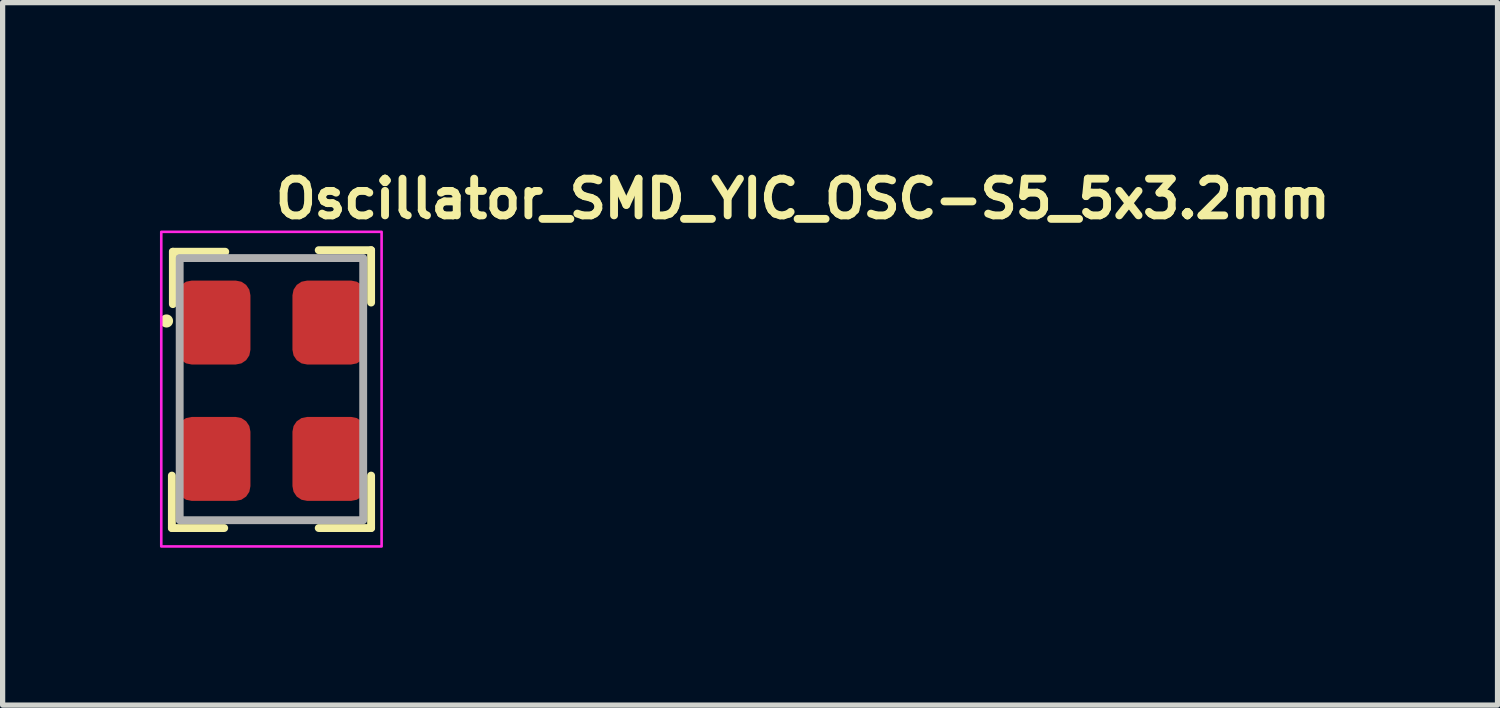
<source format=kicad_pcb>
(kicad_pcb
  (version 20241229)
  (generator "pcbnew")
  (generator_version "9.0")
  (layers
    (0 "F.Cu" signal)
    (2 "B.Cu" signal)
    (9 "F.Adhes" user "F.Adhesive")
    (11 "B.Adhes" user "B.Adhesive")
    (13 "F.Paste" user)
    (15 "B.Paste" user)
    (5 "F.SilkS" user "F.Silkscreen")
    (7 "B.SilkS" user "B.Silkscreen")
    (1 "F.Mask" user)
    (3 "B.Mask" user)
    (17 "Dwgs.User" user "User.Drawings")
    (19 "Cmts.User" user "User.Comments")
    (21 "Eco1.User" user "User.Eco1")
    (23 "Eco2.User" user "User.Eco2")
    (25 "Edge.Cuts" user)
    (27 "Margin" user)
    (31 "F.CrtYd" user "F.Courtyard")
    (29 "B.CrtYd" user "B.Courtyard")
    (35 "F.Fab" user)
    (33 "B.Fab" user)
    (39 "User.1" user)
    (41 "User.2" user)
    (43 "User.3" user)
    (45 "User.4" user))
  (footprint "Oscillator_SMD_YIC_OSC-S5_5x3.2mm"
    (layer "F.Cu")
    (at 2.126 4.4)
    (property "Reference" "Oscillator_SMD_YIC_OSC-S5_5x3.2mm" (at 0 -3.25 0) (unlocked yes) (layer "F.SilkS") (effects (font (size 0.7 0.7) (thickness 0.15)) (justify left bottom)))
    (attr smd)
    (fp_line (start -1.899 2.618) (end -1.899 1.618) (stroke (width 0.15) (type solid)) (layer "F.SilkS"))
    (fp_line (start -1.899 2.618) (end -0.901 2.618) (stroke (width 0.15) (type solid)) (layer "F.SilkS"))
    (fp_line (start -1.88 -2.65) (end -1.88 -1.651) (stroke (width 0.15) (type solid)) (layer "F.SilkS"))
    (fp_line (start -1.88 -2.65) (end -0.881 -2.65) (stroke (width 0.15) (type solid)) (layer "F.SilkS"))
    (fp_line (start 1.9 -2.68) (end 0.901 -2.68) (stroke (width 0.15) (type solid)) (layer "F.SilkS"))
    (fp_line (start 1.9 -2.68) (end 1.9 -1.681) (stroke (width 0.15) (type solid)) (layer "F.SilkS"))
    (fp_line (start 1.9 2.618) (end 0.901 2.618) (stroke (width 0.15) (type solid)) (layer "F.SilkS"))
    (fp_line (start 1.9 2.618) (end 1.9 1.618) (stroke (width 0.15) (type solid)) (layer "F.SilkS"))
    (fp_circle (center -2.001 -1.33) (end -2.001 -1.28) (stroke (width 0.15) (type solid)) (fill yes) (layer "F.SilkS"))
    (fp_rect (start 2.1 -3.03) (end -2.101 2.969) (stroke (width 0.05) (type solid)) (fill no) (layer "F.CrtYd"))
    (fp_rect (start 1.749 -2.53) (end -1.75 2.469) (stroke (width 0.15) (type solid)) (fill no) (layer "F.Fab"))
    (fp_rect (start 1.6 -2.53) (end -1.601 2.469) (stroke (width 0.1) (type solid)) (fill no) (layer "User.5"))
    (fp_line (start -1.601 -2.405) (end -1.601 -1.431) (stroke (width 0.02) (type solid)) (layer "User.9"))
    (fp_line (start -1.601 -1.131) (end -1.601 1.07) (stroke (width 0.02) (type solid)) (layer "User.9"))
    (fp_line (start -1.601 -1.131) (end -1.595 -1.131) (stroke (width 0.02) (type solid)) (layer "User.9"))
    (fp_line (start -1.601 1.368) (end -1.601 2.344) (stroke (width 0.02) (type solid)) (layer "User.9"))
    (fp_line (start -1.601 1.368) (end -1.595 1.368) (stroke (width 0.02) (type solid)) (layer "User.9"))
    (fp_line (start -1.601 2.344) (end -1.593 2.344) (stroke (width 0.02) (type solid)) (layer "User.9"))
    (fp_line (start -1.595 -1.431) (end -1.601 -1.431) (stroke (width 0.02) (type solid)) (layer "User.9"))
    (fp_line (start -1.595 -1.131) (end -1.591 -1.131) (stroke (width 0.02) (type solid)) (layer "User.9"))
    (fp_line (start -1.595 1.07) (end -1.601 1.07) (stroke (width 0.02) (type solid)) (layer "User.9"))
    (fp_line (start -1.595 1.368) (end -1.591 1.368) (stroke (width 0.02) (type solid)) (layer "User.9"))
    (fp_line (start -1.593 -2.406) (end -1.601 -2.405) (stroke (width 0.02) (type solid)) (layer "User.9"))
    (fp_line (start -1.593 2.344) (end -1.587 2.344) (stroke (width 0.02) (type solid)) (layer "User.9"))
    (fp_line (start -1.591 -1.431) (end -1.595 -1.431) (stroke (width 0.02) (type solid)) (layer "User.9"))
    (fp_line (start -1.591 -1.131) (end -1.585 -1.131) (stroke (width 0.02) (type solid)) (layer "User.9"))
    (fp_line (start -1.591 1.07) (end -1.595 1.07) (stroke (width 0.02) (type solid)) (layer "User.9"))
    (fp_line (start -1.591 1.368) (end -1.585 1.368) (stroke (width 0.02) (type solid)) (layer "User.9"))
    (fp_line (start -1.587 -2.406) (end -1.593 -2.406) (stroke (width 0.02) (type solid)) (layer "User.9"))
    (fp_line (start -1.587 2.344) (end -1.581 2.345) (stroke (width 0.02) (type solid)) (layer "User.9"))
    (fp_line (start -1.585 -1.431) (end -1.591 -1.431) (stroke (width 0.02) (type solid)) (layer "User.9"))
    (fp_line (start -1.585 -1.131) (end -1.581 -1.133) (stroke (width 0.02) (type solid)) (layer "User.9"))
    (fp_line (start -1.585 1.07) (end -1.591 1.07) (stroke (width 0.02) (type solid)) (layer "User.9"))
    (fp_line (start -1.585 1.368) (end -1.581 1.368) (stroke (width 0.02) (type solid)) (layer "User.9"))
    (fp_line (start -1.581 -2.408) (end -1.587 -2.406) (stroke (width 0.02) (type solid)) (layer "User.9"))
    (fp_line (start -1.581 -1.429) (end -1.585 -1.431) (stroke (width 0.02) (type solid)) (layer "User.9"))
    (fp_line (start -1.581 -1.133) (end -1.575 -1.133) (stroke (width 0.02) (type solid)) (layer "User.9"))
    (fp_line (start -1.581 1.07) (end -1.585 1.07) (stroke (width 0.02) (type solid)) (layer "User.9"))
    (fp_line (start -1.581 1.368) (end -1.575 1.366) (stroke (width 0.02) (type solid)) (layer "User.9"))
    (fp_line (start -1.581 2.345) (end -1.575 2.347) (stroke (width 0.02) (type solid)) (layer "User.9"))
    (fp_line (start -1.575 -2.409) (end -1.581 -2.408) (stroke (width 0.02) (type solid)) (layer "User.9"))
    (fp_line (start -1.575 -1.429) (end -1.581 -1.429) (stroke (width 0.02) (type solid)) (layer "User.9"))
    (fp_line (start -1.575 -1.133) (end -1.571 -1.133) (stroke (width 0.02) (type solid)) (layer "User.9"))
    (fp_line (start -1.575 1.072) (end -1.581 1.07) (stroke (width 0.02) (type solid)) (layer "User.9"))
    (fp_line (start -1.575 1.366) (end -1.571 1.366) (stroke (width 0.02) (type solid)) (layer "User.9"))
    (fp_line (start -1.575 2.347) (end -1.569 2.348) (stroke (width 0.02) (type solid)) (layer "User.9"))
    (fp_line (start -1.571 -1.429) (end -1.575 -1.429) (stroke (width 0.02) (type solid)) (layer "User.9"))
    (fp_line (start -1.571 -1.133) (end -1.565 -1.135) (stroke (width 0.02) (type solid)) (layer "User.9"))
    (fp_line (start -1.571 1.072) (end -1.575 1.072) (stroke (width 0.02) (type solid)) (layer "User.9"))
    (fp_line (start -1.571 1.366) (end -1.565 1.366) (stroke (width 0.02) (type solid)) (layer "User.9"))
    (fp_line (start -1.569 -2.409) (end -1.575 -2.409) (stroke (width 0.02) (type solid)) (layer "User.9"))
    (fp_line (start -1.569 2.348) (end -1.563 2.349) (stroke (width 0.02) (type solid)) (layer "User.9"))
    (fp_line (start -1.565 -1.427) (end -1.571 -1.429) (stroke (width 0.02) (type solid)) (layer "User.9"))
    (fp_line (start -1.565 -1.135) (end -1.561 -1.137) (stroke (width 0.02) (type solid)) (layer "User.9"))
    (fp_line (start -1.565 1.072) (end -1.571 1.072) (stroke (width 0.02) (type solid)) (layer "User.9"))
    (fp_line (start -1.565 1.366) (end -1.561 1.364) (stroke (width 0.02) (type solid)) (layer "User.9"))
    (fp_line (start -1.563 -2.412) (end -1.569 -2.409) (stroke (width 0.02) (type solid)) (layer "User.9"))
    (fp_line (start -1.563 2.349) (end -1.557 2.352) (stroke (width 0.02) (type solid)) (layer "User.9"))
    (fp_line (start -1.561 -1.425) (end -1.565 -1.427) (stroke (width 0.02) (type solid)) (layer "User.9"))
    (fp_line (start -1.561 -1.137) (end -1.557 -1.137) (stroke (width 0.02) (type solid)) (layer "User.9"))
    (fp_line (start -1.561 1.074) (end -1.565 1.072) (stroke (width 0.02) (type solid)) (layer "User.9"))
    (fp_line (start -1.561 1.364) (end -1.557 1.362) (stroke (width 0.02) (type solid)) (layer "User.9"))
    (fp_line (start -1.557 -2.413) (end -1.563 -2.412) (stroke (width 0.02) (type solid)) (layer "User.9"))
    (fp_line (start -1.557 -1.425) (end -1.561 -1.425) (stroke (width 0.02) (type solid)) (layer "User.9"))
    (fp_line (start -1.557 -1.137) (end -1.551 -1.139) (stroke (width 0.02) (type solid)) (layer "User.9"))
    (fp_line (start -1.557 1.076) (end -1.561 1.074) (stroke (width 0.02) (type solid)) (layer "User.9"))
    (fp_line (start -1.557 1.362) (end -1.551 1.362) (stroke (width 0.02) (type solid)) (layer "User.9"))
    (fp_line (start -1.557 2.352) (end -1.553 2.353) (stroke (width 0.02) (type solid)) (layer "User.9"))
    (fp_line (start -1.553 -2.416) (end -1.557 -2.413) (stroke (width 0.02) (type solid)) (layer "User.9"))
    (fp_line (start -1.553 2.353) (end -1.547 2.356) (stroke (width 0.02) (type solid)) (layer "User.9"))
    (fp_line (start -1.551 -1.423) (end -1.557 -1.425) (stroke (width 0.02) (type solid)) (layer "User.9"))
    (fp_line (start -1.551 -1.139) (end -1.547 -1.141) (stroke (width 0.02) (type solid)) (layer "User.9"))
    (fp_line (start -1.551 1.076) (end -1.557 1.076) (stroke (width 0.02) (type solid)) (layer "User.9"))
    (fp_line (start -1.551 1.362) (end -1.547 1.36) (stroke (width 0.02) (type solid)) (layer "User.9"))
    (fp_line (start -1.547 -2.417) (end -1.553 -2.416) (stroke (width 0.02) (type solid)) (layer "User.9"))
    (fp_line (start -1.547 -1.421) (end -1.551 -1.423) (stroke (width 0.02) (type solid)) (layer "User.9"))
    (fp_line (start -1.547 -1.141) (end -1.543 -1.143) (stroke (width 0.02) (type solid)) (layer "User.9"))
    (fp_line (start -1.547 1.078) (end -1.551 1.076) (stroke (width 0.02) (type solid)) (layer "User.9"))
    (fp_line (start -1.547 1.36) (end -1.543 1.358) (stroke (width 0.02) (type solid)) (layer "User.9"))
    (fp_line (start -1.547 2.356) (end -1.541 2.359) (stroke (width 0.02) (type solid)) (layer "User.9"))
    (fp_line (start -1.543 -1.419) (end -1.547 -1.421) (stroke (width 0.02) (type solid)) (layer "User.9"))
    (fp_line (start -1.543 -1.143) (end -1.539 -1.145) (stroke (width 0.02) (type solid)) (layer "User.9"))
    (fp_line (start -1.543 1.08) (end -1.547 1.078) (stroke (width 0.02) (type solid)) (layer "User.9"))
    (fp_line (start -1.543 1.358) (end -1.539 1.356) (stroke (width 0.02) (type solid)) (layer "User.9"))
    (fp_line (start -1.541 -2.421) (end -1.547 -2.417) (stroke (width 0.02) (type solid)) (layer "User.9"))
    (fp_line (start -1.541 2.359) (end -1.536 2.361) (stroke (width 0.02) (type solid)) (layer "User.9"))
    (fp_line (start -1.539 -1.417) (end -1.543 -1.419) (stroke (width 0.02) (type solid)) (layer "User.9"))
    (fp_line (start -1.539 -1.145) (end -1.534 -1.147) (stroke (width 0.02) (type solid)) (layer "User.9"))
    (fp_line (start -1.539 1.082) (end -1.543 1.08) (stroke (width 0.02) (type solid)) (layer "User.9"))
    (fp_line (start -1.539 1.356) (end -1.534 1.354) (stroke (width 0.02) (type solid)) (layer "User.9"))
    (fp_line (start -1.536 -2.424) (end -1.541 -2.421) (stroke (width 0.02) (type solid)) (layer "User.9"))
    (fp_line (start -1.536 2.361) (end -1.53 2.365) (stroke (width 0.02) (type solid)) (layer "User.9"))
    (fp_line (start -1.534 -1.415) (end -1.539 -1.417) (stroke (width 0.02) (type solid)) (layer "User.9"))
    (fp_line (start -1.534 -1.147) (end -1.53 -1.149) (stroke (width 0.02) (type solid)) (layer "User.9"))
    (fp_line (start -1.534 1.084) (end -1.539 1.082) (stroke (width 0.02) (type solid)) (layer "User.9"))
    (fp_line (start -1.534 1.354) (end -1.53 1.352) (stroke (width 0.02) (type solid)) (layer "User.9"))
    (fp_line (start -1.53 -2.428) (end -1.536 -2.424) (stroke (width 0.02) (type solid)) (layer "User.9"))
    (fp_line (start -1.53 -1.413) (end -1.534 -1.415) (stroke (width 0.02) (type solid)) (layer "User.9"))
    (fp_line (start -1.53 -1.149) (end -1.526 -1.151) (stroke (width 0.02) (type solid)) (layer "User.9"))
    (fp_line (start -1.53 1.086) (end -1.534 1.084) (stroke (width 0.02) (type solid)) (layer "User.9"))
    (fp_line (start -1.53 1.352) (end -1.526 1.348) (stroke (width 0.02) (type solid)) (layer "User.9"))
    (fp_line (start -1.53 2.365) (end -1.526 2.368) (stroke (width 0.02) (type solid)) (layer "User.9"))
    (fp_line (start -1.526 -2.43) (end -1.53 -2.428) (stroke (width 0.02) (type solid)) (layer "User.9"))
    (fp_line (start -1.526 2.368) (end -1.52 2.372) (stroke (width 0.02) (type solid)) (layer "User.9"))
    (fp_line (start -1.524 -2.349) (end -1.524 -2.344) (stroke (width 0.02) (type solid)) (layer "User.9"))
    (fp_line (start -1.524 -2.344) (end -1.524 -2.337) (stroke (width 0.02) (type solid)) (layer "User.9"))
    (fp_line (start -1.524 -2.337) (end -1.524 -2.331) (stroke (width 0.02) (type solid)) (layer "User.9"))
    (fp_line (start -1.524 -2.331) (end -1.524 -1.411) (stroke (width 0.02) (type solid)) (layer "User.9"))
    (fp_line (start -1.524 -1.411) (end -1.53 -1.413) (stroke (width 0.02) (type solid)) (layer "User.9"))
    (fp_line (start -1.524 -1.151) (end -1.524 1.09) (stroke (width 0.02) (type solid)) (layer "User.9"))
    (fp_line (start -1.524 -1.151) (end -1.52 -1.153) (stroke (width 0.02) (type solid)) (layer "User.9"))
    (fp_line (start -1.524 1.09) (end -1.53 1.086) (stroke (width 0.02) (type solid)) (layer "User.9"))
    (fp_line (start -1.524 1.348) (end -1.524 2.263) (stroke (width 0.02) (type solid)) (layer "User.9"))
    (fp_line (start -1.524 1.348) (end -1.52 1.346) (stroke (width 0.02) (type solid)) (layer "User.9"))
    (fp_line (start -1.524 2.263) (end -1.524 2.271) (stroke (width 0.02) (type solid)) (layer "User.9"))
    (fp_line (start -1.524 2.271) (end -1.524 2.276) (stroke (width 0.02) (type solid)) (layer "User.9"))
    (fp_line (start -1.524 2.276) (end -1.524 2.283) (stroke (width 0.02) (type solid)) (layer "User.9"))
    (fp_line (start -1.524 2.283) (end -1.522 2.288) (stroke (width 0.02) (type solid)) (layer "User.9"))
    (fp_line (start -1.522 -2.361) (end -1.522 -2.356) (stroke (width 0.02) (type solid)) (layer "User.9"))
    (fp_line (start -1.522 -2.356) (end -1.524 -2.349) (stroke (width 0.02) (type solid)) (layer "User.9"))
    (fp_line (start -1.522 2.288) (end -1.522 2.295) (stroke (width 0.02) (type solid)) (layer "User.9"))
    (fp_line (start -1.522 2.295) (end -1.52 2.3) (stroke (width 0.02) (type solid)) (layer "User.9"))
    (fp_line (start -1.52 -2.434) (end -1.526 -2.43) (stroke (width 0.02) (type solid)) (layer "User.9"))
    (fp_line (start -1.52 -2.368) (end -1.522 -2.361) (stroke (width 0.02) (type solid)) (layer "User.9"))
    (fp_line (start -1.52 -1.153) (end -1.516 -1.157) (stroke (width 0.02) (type solid)) (layer "User.9"))
    (fp_line (start -1.52 1.346) (end -1.516 1.344) (stroke (width 0.02) (type solid)) (layer "User.9"))
    (fp_line (start -1.52 2.3) (end -1.518 2.307) (stroke (width 0.02) (type solid)) (layer "User.9"))
    (fp_line (start -1.52 2.372) (end -1.516 2.376) (stroke (width 0.02) (type solid)) (layer "User.9"))
    (fp_line (start -1.518 -2.373) (end -1.52 -2.368) (stroke (width 0.02) (type solid)) (layer "User.9"))
    (fp_line (start -1.518 2.307) (end -1.516 2.312) (stroke (width 0.02) (type solid)) (layer "User.9"))
    (fp_line (start -1.516 -2.438) (end -1.52 -2.434) (stroke (width 0.02) (type solid)) (layer "User.9"))
    (fp_line (start -1.516 -2.378) (end -1.518 -2.373) (stroke (width 0.02) (type solid)) (layer "User.9"))
    (fp_line (start -1.516 -1.405) (end -1.524 -1.411) (stroke (width 0.02) (type solid)) (layer "User.9"))
    (fp_line (start -1.516 -1.157) (end -1.512 -1.159) (stroke (width 0.02) (type solid)) (layer "User.9"))
    (fp_line (start -1.516 1.094) (end -1.524 1.09) (stroke (width 0.02) (type solid)) (layer "User.9"))
    (fp_line (start -1.516 1.344) (end -1.512 1.34) (stroke (width 0.02) (type solid)) (layer "User.9"))
    (fp_line (start -1.516 2.312) (end -1.514 2.317) (stroke (width 0.02) (type solid)) (layer "User.9"))
    (fp_line (start -1.516 2.376) (end -1.512 2.38) (stroke (width 0.02) (type solid)) (layer "User.9"))
    (fp_line (start -1.514 -2.385) (end -1.516 -2.378) (stroke (width 0.02) (type solid)) (layer "User.9"))
    (fp_line (start -1.514 2.317) (end -1.51 2.323) (stroke (width 0.02) (type solid)) (layer "User.9"))
    (fp_line (start -1.512 -2.442) (end -1.516 -2.438) (stroke (width 0.02) (type solid)) (layer "User.9"))
    (fp_line (start -1.512 -2.442) (end -1.512 -2.442) (stroke (width 0.02) (type solid)) (layer "User.9"))
    (fp_line (start -1.512 -1.159) (end -1.508 -1.163) (stroke (width 0.02) (type solid)) (layer "User.9"))
    (fp_line (start -1.512 1.34) (end -1.508 1.338) (stroke (width 0.02) (type solid)) (layer "User.9"))
    (fp_line (start -1.512 2.38) (end -1.512 2.38) (stroke (width 0.02) (type solid)) (layer "User.9"))
    (fp_line (start -1.512 2.38) (end -1.508 2.385) (stroke (width 0.02) (type solid)) (layer "User.9"))
    (fp_line (start -1.51 -2.389) (end -1.514 -2.385) (stroke (width 0.02) (type solid)) (layer "User.9"))
    (fp_line (start -1.51 2.323) (end -1.508 2.328) (stroke (width 0.02) (type solid)) (layer "User.9"))
    (fp_line (start -1.508 -2.448) (end -1.512 -2.442) (stroke (width 0.02) (type solid)) (layer "User.9"))
    (fp_line (start -1.508 -2.396) (end -1.51 -2.389) (stroke (width 0.02) (type solid)) (layer "User.9"))
    (fp_line (start -1.508 -1.399) (end -1.516 -1.405) (stroke (width 0.02) (type solid)) (layer "User.9"))
    (fp_line (start -1.508 -1.163) (end -1.504 -1.165) (stroke (width 0.02) (type solid)) (layer "User.9"))
    (fp_line (start -1.508 1.1) (end -1.516 1.094) (stroke (width 0.02) (type solid)) (layer "User.9"))
    (fp_line (start -1.508 1.338) (end -1.504 1.334) (stroke (width 0.02) (type solid)) (layer "User.9"))
    (fp_line (start -1.508 2.328) (end -1.504 2.333) (stroke (width 0.02) (type solid)) (layer "User.9"))
    (fp_line (start -1.508 2.385) (end -1.504 2.389) (stroke (width 0.02) (type solid)) (layer "User.9"))
    (fp_line (start -1.504 -2.452) (end -1.508 -2.448) (stroke (width 0.02) (type solid)) (layer "User.9"))
    (fp_line (start -1.504 -2.401) (end -1.508 -2.396) (stroke (width 0.02) (type solid)) (layer "User.9"))
    (fp_line (start -1.504 -1.165) (end -1.5 -1.169) (stroke (width 0.02) (type solid)) (layer "User.9"))
    (fp_line (start -1.504 1.334) (end -1.5 1.332) (stroke (width 0.02) (type solid)) (layer "User.9"))
    (fp_line (start -1.504 2.333) (end -1.5 2.339) (stroke (width 0.02) (type solid)) (layer "User.9"))
    (fp_line (start -1.504 2.389) (end -1.5 2.395) (stroke (width 0.02) (type solid)) (layer "User.9"))
    (fp_line (start -1.5 -2.457) (end -1.504 -2.452) (stroke (width 0.02) (type solid)) (layer "User.9"))
    (fp_line (start -1.5 -2.405) (end -1.504 -2.401) (stroke (width 0.02) (type solid)) (layer "User.9"))
    (fp_line (start -1.5 -1.393) (end -1.508 -1.399) (stroke (width 0.02) (type solid)) (layer "User.9"))
    (fp_line (start -1.5 -1.169) (end -1.498 -1.171) (stroke (width 0.02) (type solid)) (layer "User.9"))
    (fp_line (start -1.5 1.106) (end -1.508 1.1) (stroke (width 0.02) (type solid)) (layer "User.9"))
    (fp_line (start -1.5 1.332) (end -1.498 1.328) (stroke (width 0.02) (type solid)) (layer "User.9"))
    (fp_line (start -1.5 2.339) (end -1.496 2.344) (stroke (width 0.02) (type solid)) (layer "User.9"))
    (fp_line (start -1.5 2.395) (end -1.496 2.4) (stroke (width 0.02) (type solid)) (layer "User.9"))
    (fp_line (start -1.498 -1.171) (end -1.494 -1.175) (stroke (width 0.02) (type solid)) (layer "User.9"))
    (fp_line (start -1.498 1.328) (end -1.494 1.324) (stroke (width 0.02) (type solid)) (layer "User.9"))
    (fp_line (start -1.496 -2.461) (end -1.5 -2.457) (stroke (width 0.02) (type solid)) (layer "User.9"))
    (fp_line (start -1.496 -2.41) (end -1.5 -2.405) (stroke (width 0.02) (type solid)) (layer "User.9"))
    (fp_line (start -1.496 2.344) (end -1.492 2.348) (stroke (width 0.02) (type solid)) (layer "User.9"))
    (fp_line (start -1.496 2.4) (end -1.492 2.405) (stroke (width 0.02) (type solid)) (layer "User.9"))
    (fp_line (start -1.494 -1.387) (end -1.5 -1.393) (stroke (width 0.02) (type solid)) (layer "User.9"))
    (fp_line (start -1.494 -1.175) (end -1.49 -1.179) (stroke (width 0.02) (type solid)) (layer "User.9"))
    (fp_line (start -1.494 1.114) (end -1.5 1.106) (stroke (width 0.02) (type solid)) (layer "User.9"))
    (fp_line (start -1.494 1.324) (end -1.49 1.322) (stroke (width 0.02) (type solid)) (layer "User.9"))
    (fp_line (start -1.492 -2.466) (end -1.496 -2.461) (stroke (width 0.02) (type solid)) (layer "User.9"))
    (fp_line (start -1.492 -2.414) (end -1.496 -2.41) (stroke (width 0.02) (type solid)) (layer "User.9"))
    (fp_line (start -1.492 2.348) (end -1.488 2.352) (stroke (width 0.02) (type solid)) (layer "User.9"))
    (fp_line (start -1.492 2.405) (end -1.49 2.41) (stroke (width 0.02) (type solid)) (layer "User.9"))
    (fp_line (start -1.49 -2.473) (end -1.492 -2.466) (stroke (width 0.02) (type solid)) (layer "User.9"))
    (fp_line (start -1.49 -1.179) (end -1.488 -1.183) (stroke (width 0.02) (type solid)) (layer "User.9"))
    (fp_line (start -1.49 1.322) (end -1.488 1.318) (stroke (width 0.02) (type solid)) (layer "User.9"))
    (fp_line (start -1.49 2.41) (end -1.486 2.416) (stroke (width 0.02) (type solid)) (layer "User.9"))
    (fp_line (start -1.488 -2.42) (end -1.492 -2.414) (stroke (width 0.02) (type solid)) (layer "User.9"))
    (fp_line (start -1.488 -2.42) (end -1.488 -2.42) (stroke (width 0.02) (type solid)) (layer "User.9"))
    (fp_line (start -1.488 -1.379) (end -1.494 -1.387) (stroke (width 0.02) (type solid)) (layer "User.9"))
    (fp_line (start -1.488 -1.183) (end -1.484 -1.186) (stroke (width 0.02) (type solid)) (layer "User.9"))
    (fp_line (start -1.488 1.12) (end -1.494 1.114) (stroke (width 0.02) (type solid)) (layer "User.9"))
    (fp_line (start -1.488 1.318) (end -1.484 1.314) (stroke (width 0.02) (type solid)) (layer "User.9"))
    (fp_line (start -1.488 2.352) (end -1.488 2.352) (stroke (width 0.02) (type solid)) (layer "User.9"))
    (fp_line (start -1.488 2.352) (end -1.484 2.356) (stroke (width 0.02) (type solid)) (layer "User.9"))
    (fp_line (start -1.486 -2.478) (end -1.49 -2.473) (stroke (width 0.02) (type solid)) (layer "User.9"))
    (fp_line (start -1.486 2.416) (end -1.484 2.421) (stroke (width 0.02) (type solid)) (layer "User.9"))
    (fp_line (start -1.484 -2.483) (end -1.486 -2.478) (stroke (width 0.02) (type solid)) (layer "User.9"))
    (fp_line (start -1.484 -2.424) (end -1.488 -2.42) (stroke (width 0.02) (type solid)) (layer "User.9"))
    (fp_line (start -1.484 -1.186) (end -1.48 -1.19) (stroke (width 0.02) (type solid)) (layer "User.9"))
    (fp_line (start -1.484 1.314) (end -1.48 1.31) (stroke (width 0.02) (type solid)) (layer "User.9"))
    (fp_line (start -1.484 2.356) (end -1.48 2.36) (stroke (width 0.02) (type solid)) (layer "User.9"))
    (fp_line (start -1.484 2.421) (end -1.482 2.426) (stroke (width 0.02) (type solid)) (layer "User.9"))
    (fp_line (start -1.482 -2.489) (end -1.484 -2.483) (stroke (width 0.02) (type solid)) (layer "User.9"))
    (fp_line (start -1.482 2.426) (end -1.48 2.433) (stroke (width 0.02) (type solid)) (layer "User.9"))
    (fp_line (start -1.48 -2.494) (end -1.482 -2.489) (stroke (width 0.02) (type solid)) (layer "User.9"))
    (fp_line (start -1.48 -2.428) (end -1.484 -2.424) (stroke (width 0.02) (type solid)) (layer "User.9"))
    (fp_line (start -1.48 -1.373) (end -1.488 -1.379) (stroke (width 0.02) (type solid)) (layer "User.9"))
    (fp_line (start -1.48 -1.19) (end -1.478 -1.194) (stroke (width 0.02) (type solid)) (layer "User.9"))
    (fp_line (start -1.48 1.127) (end -1.488 1.12) (stroke (width 0.02) (type solid)) (layer "User.9"))
    (fp_line (start -1.48 1.31) (end -1.478 1.306) (stroke (width 0.02) (type solid)) (layer "User.9"))
    (fp_line (start -1.48 2.36) (end -1.474 2.364) (stroke (width 0.02) (type solid)) (layer "User.9"))
    (fp_line (start -1.48 2.433) (end -1.478 2.438) (stroke (width 0.02) (type solid)) (layer "User.9"))
    (fp_line (start -1.478 -2.506) (end -1.478 -2.501) (stroke (width 0.02) (type solid)) (layer "User.9"))
    (fp_line (start -1.478 -2.501) (end -1.48 -2.494) (stroke (width 0.02) (type solid)) (layer "User.9"))
    (fp_line (start -1.478 -1.194) (end -1.476 -1.198) (stroke (width 0.02) (type solid)) (layer "User.9"))
    (fp_line (start -1.478 1.306) (end -1.476 1.302) (stroke (width 0.02) (type solid)) (layer "User.9"))
    (fp_line (start -1.478 2.438) (end -1.478 2.445) (stroke (width 0.02) (type solid)) (layer "User.9"))
    (fp_line (start -1.478 2.445) (end -1.476 2.45) (stroke (width 0.02) (type solid)) (layer "User.9"))
    (fp_line (start -1.476 -2.53) (end -1.476 -2.525) (stroke (width 0.02) (type solid)) (layer "User.9"))
    (fp_line (start -1.476 -2.525) (end -1.476 -2.518) (stroke (width 0.02) (type solid)) (layer "User.9"))
    (fp_line (start -1.476 -2.518) (end -1.476 -2.513) (stroke (width 0.02) (type solid)) (layer "User.9"))
    (fp_line (start -1.476 -2.513) (end -1.478 -2.506) (stroke (width 0.02) (type solid)) (layer "User.9"))
    (fp_line (start -1.476 -1.365) (end -1.48 -1.373) (stroke (width 0.02) (type solid)) (layer "User.9"))
    (fp_line (start -1.476 -1.198) (end -1.472 -1.202) (stroke (width 0.02) (type solid)) (layer "User.9"))
    (fp_line (start -1.476 1.135) (end -1.48 1.127) (stroke (width 0.02) (type solid)) (layer "User.9"))
    (fp_line (start -1.476 1.302) (end -1.472 1.298) (stroke (width 0.02) (type solid)) (layer "User.9"))
    (fp_line (start -1.476 2.45) (end -1.476 2.457) (stroke (width 0.02) (type solid)) (layer "User.9"))
    (fp_line (start -1.476 2.457) (end -1.476 2.462) (stroke (width 0.02) (type solid)) (layer "User.9"))
    (fp_line (start -1.476 2.462) (end -1.476 2.469) (stroke (width 0.02) (type solid)) (layer "User.9"))
    (fp_line (start -1.476 2.469) (end 1.475 2.469) (stroke (width 0.02) (type solid)) (layer "User.9"))
    (fp_line (start -1.474 -2.432) (end -1.48 -2.428) (stroke (width 0.02) (type solid)) (layer "User.9"))
    (fp_line (start -1.474 2.364) (end -1.47 2.368) (stroke (width 0.02) (type solid)) (layer "User.9"))
    (fp_line (start -1.472 -1.202) (end -1.47 -1.206) (stroke (width 0.02) (type solid)) (layer "User.9"))
    (fp_line (start -1.472 1.298) (end -1.47 1.294) (stroke (width 0.02) (type solid)) (layer "User.9"))
    (fp_line (start -1.47 -2.434) (end -1.474 -2.432) (stroke (width 0.02) (type solid)) (layer "User.9"))
    (fp_line (start -1.47 -1.355) (end -1.476 -1.365) (stroke (width 0.02) (type solid)) (layer "User.9"))
    (fp_line (start -1.47 -1.206) (end -1.468 -1.21) (stroke (width 0.02) (type solid)) (layer "User.9"))
    (fp_line (start -1.47 1.145) (end -1.476 1.135) (stroke (width 0.02) (type solid)) (layer "User.9"))
    (fp_line (start -1.47 1.294) (end -1.468 1.29) (stroke (width 0.02) (type solid)) (layer "User.9"))
    (fp_line (start -1.47 2.368) (end -1.464 2.372) (stroke (width 0.02) (type solid)) (layer "User.9"))
    (fp_line (start -1.468 -1.21) (end -1.466 -1.214) (stroke (width 0.02) (type solid)) (layer "User.9"))
    (fp_line (start -1.468 1.29) (end -1.466 1.286) (stroke (width 0.02) (type solid)) (layer "User.9"))
    (fp_line (start -1.466 -1.347) (end -1.47 -1.355) (stroke (width 0.02) (type solid)) (layer "User.9"))
    (fp_line (start -1.466 -1.214) (end -1.464 -1.218) (stroke (width 0.02) (type solid)) (layer "User.9"))
    (fp_line (start -1.466 1.153) (end -1.47 1.145) (stroke (width 0.02) (type solid)) (layer "User.9"))
    (fp_line (start -1.466 1.286) (end -1.464 1.282) (stroke (width 0.02) (type solid)) (layer "User.9"))
    (fp_line (start -1.464 -2.438) (end -1.47 -2.434) (stroke (width 0.02) (type solid)) (layer "User.9"))
    (fp_line (start -1.464 -1.218) (end -1.462 -1.224) (stroke (width 0.02) (type solid)) (layer "User.9"))
    (fp_line (start -1.464 1.282) (end -1.462 1.276) (stroke (width 0.02) (type solid)) (layer "User.9"))
    (fp_line (start -1.464 2.372) (end -1.458 2.375) (stroke (width 0.02) (type solid)) (layer "User.9"))
    (fp_line (start -1.462 -1.339) (end -1.466 -1.347) (stroke (width 0.02) (type solid)) (layer "User.9"))
    (fp_line (start -1.462 -1.224) (end -1.46 -1.228) (stroke (width 0.02) (type solid)) (layer "User.9"))
    (fp_line (start -1.462 1.161) (end -1.466 1.153) (stroke (width 0.02) (type solid)) (layer "User.9"))
    (fp_line (start -1.462 1.276) (end -1.46 1.272) (stroke (width 0.02) (type solid)) (layer "User.9"))
    (fp_line (start -1.46 -1.228) (end -1.458 -1.232) (stroke (width 0.02) (type solid)) (layer "User.9"))
    (fp_line (start -1.46 1.272) (end -1.458 1.268) (stroke (width 0.02) (type solid)) (layer "User.9"))
    (fp_line (start -1.458 -2.441) (end -1.464 -2.438) (stroke (width 0.02) (type solid)) (layer "User.9"))
    (fp_line (start -1.458 -1.329) (end -1.462 -1.339) (stroke (width 0.02) (type solid)) (layer "User.9"))
    (fp_line (start -1.458 -1.232) (end -1.456 -1.238) (stroke (width 0.02) (type solid)) (layer "User.9"))
    (fp_line (start -1.458 1.171) (end -1.462 1.161) (stroke (width 0.02) (type solid)) (layer "User.9"))
    (fp_line (start -1.458 1.268) (end -1.456 1.262) (stroke (width 0.02) (type solid)) (layer "User.9"))
    (fp_line (start -1.458 2.375) (end -1.454 2.377) (stroke (width 0.02) (type solid)) (layer "User.9"))
    (fp_line (start -1.456 -1.321) (end -1.458 -1.329) (stroke (width 0.02) (type solid)) (layer "User.9"))
    (fp_line (start -1.456 -1.242) (end -1.454 -1.246) (stroke (width 0.02) (type solid)) (layer "User.9"))
    (fp_line (start -1.456 -1.238) (end -1.456 -1.242) (stroke (width 0.02) (type solid)) (layer "User.9"))
    (fp_line (start -1.456 1.179) (end -1.458 1.171) (stroke (width 0.02) (type solid)) (layer "User.9"))
    (fp_line (start -1.456 1.258) (end -1.454 1.254) (stroke (width 0.02) (type solid)) (layer "User.9"))
    (fp_line (start -1.456 1.262) (end -1.456 1.258) (stroke (width 0.02) (type solid)) (layer "User.9"))
    (fp_line (start -1.454 -2.445) (end -1.458 -2.441) (stroke (width 0.02) (type solid)) (layer "User.9"))
    (fp_line (start -1.454 -1.246) (end -1.452 -1.252) (stroke (width 0.02) (type solid)) (layer "User.9"))
    (fp_line (start -1.454 1.254) (end -1.452 1.249) (stroke (width 0.02) (type solid)) (layer "User.9"))
    (fp_line (start -1.454 2.377) (end -1.448 2.38) (stroke (width 0.02) (type solid)) (layer "User.9"))
    (fp_line (start -1.452 -1.31) (end -1.456 -1.321) (stroke (width 0.02) (type solid)) (layer "User.9"))
    (fp_line (start -1.452 -1.3) (end -1.452 -1.31) (stroke (width 0.02) (type solid)) (layer "User.9"))
    (fp_line (start -1.452 -1.262) (end -1.45 -1.266) (stroke (width 0.02) (type solid)) (layer "User.9"))
    (fp_line (start -1.452 -1.256) (end -1.452 -1.262) (stroke (width 0.02) (type solid)) (layer "User.9"))
    (fp_line (start -1.452 -1.252) (end -1.452 -1.256) (stroke (width 0.02) (type solid)) (layer "User.9"))
    (fp_line (start -1.452 1.189) (end -1.456 1.179) (stroke (width 0.02) (type solid)) (layer "User.9"))
    (fp_line (start -1.452 1.199) (end -1.452 1.189) (stroke (width 0.02) (type solid)) (layer "User.9"))
    (fp_line (start -1.452 1.239) (end -1.45 1.233) (stroke (width 0.02) (type solid)) (layer "User.9"))
    (fp_line (start -1.452 1.243) (end -1.452 1.239) (stroke (width 0.02) (type solid)) (layer "User.9"))
    (fp_line (start -1.452 1.249) (end -1.452 1.243) (stroke (width 0.02) (type solid)) (layer "User.9"))
    (fp_line (start -1.45 -2.268) (end -1.45 -2.263) (stroke (width 0.02) (type solid)) (layer "User.9"))
    (fp_line (start -1.45 -2.263) (end -1.45 -2.256) (stroke (width 0.02) (type solid)) (layer "User.9"))
    (fp_line (start -1.45 -2.256) (end -1.45 2.195) (stroke (width 0.02) (type solid)) (layer "User.9"))
    (fp_line (start -1.45 -1.29) (end -1.452 -1.3) (stroke (width 0.02) (type solid)) (layer "User.9"))
    (fp_line (start -1.45 -1.28) (end -1.45 -1.29) (stroke (width 0.02) (type solid)) (layer "User.9"))
    (fp_line (start -1.45 -1.276) (end -1.45 -1.28) (stroke (width 0.02) (type solid)) (layer "User.9"))
    (fp_line (start -1.45 -1.272) (end -1.45 -1.276) (stroke (width 0.02) (type solid)) (layer "User.9"))
    (fp_line (start -1.45 -1.266) (end -1.45 -1.272) (stroke (width 0.02) (type solid)) (layer "User.9"))
    (fp_line (start -1.45 1.209) (end -1.452 1.199) (stroke (width 0.02) (type solid)) (layer "User.9"))
    (fp_line (start -1.45 1.219) (end -1.45 1.209) (stroke (width 0.02) (type solid)) (layer "User.9"))
    (fp_line (start -1.45 1.225) (end -1.45 1.219) (stroke (width 0.02) (type solid)) (layer "User.9"))
    (fp_line (start -1.45 1.229) (end -1.45 1.225) (stroke (width 0.02) (type solid)) (layer "User.9"))
    (fp_line (start -1.45 1.233) (end -1.45 1.229) (stroke (width 0.02) (type solid)) (layer "User.9"))
    (fp_line (start -1.45 2.195) (end -1.45 2.2) (stroke (width 0.02) (type solid)) (layer "User.9"))
    (fp_line (start -1.45 2.2) (end -1.45 2.207) (stroke (width 0.02) (type solid)) (layer "User.9"))
    (fp_line (start -1.45 2.207) (end -1.448 2.212) (stroke (width 0.02) (type solid)) (layer "User.9"))
    (fp_line (start -1.448 -2.446) (end -1.454 -2.445) (stroke (width 0.02) (type solid)) (layer "User.9"))
    (fp_line (start -1.448 -2.28) (end -1.448 -2.275) (stroke (width 0.02) (type solid)) (layer "User.9"))
    (fp_line (start -1.448 -2.275) (end -1.45 -2.268) (stroke (width 0.02) (type solid)) (layer "User.9"))
    (fp_line (start -1.448 2.212) (end -1.448 2.219) (stroke (width 0.02) (type solid)) (layer "User.9"))
    (fp_line (start -1.448 2.219) (end -1.446 2.224) (stroke (width 0.02) (type solid)) (layer "User.9"))
    (fp_line (start -1.448 2.38) (end -1.442 2.381) (stroke (width 0.02) (type solid)) (layer "User.9"))
    (fp_line (start -1.446 -2.287) (end -1.448 -2.28) (stroke (width 0.02) (type solid)) (layer "User.9"))
    (fp_line (start -1.446 2.224) (end -1.444 2.231) (stroke (width 0.02) (type solid)) (layer "User.9"))
    (fp_line (start -1.444 -2.292) (end -1.446 -2.287) (stroke (width 0.02) (type solid)) (layer "User.9"))
    (fp_line (start -1.444 2.231) (end -1.442 2.236) (stroke (width 0.02) (type solid)) (layer "User.9"))
    (fp_line (start -1.442 -2.449) (end -1.448 -2.446) (stroke (width 0.02) (type solid)) (layer "User.9"))
    (fp_line (start -1.442 -2.299) (end -1.444 -2.292) (stroke (width 0.02) (type solid)) (layer "User.9"))
    (fp_line (start -1.442 2.236) (end -1.44 2.242) (stroke (width 0.02) (type solid)) (layer "User.9"))
    (fp_line (start -1.442 2.381) (end -1.436 2.384) (stroke (width 0.02) (type solid)) (layer "User.9"))
    (fp_line (start -1.44 -2.304) (end -1.442 -2.299) (stroke (width 0.02) (type solid)) (layer "User.9"))
    (fp_line (start -1.44 2.242) (end -1.438 2.247) (stroke (width 0.02) (type solid)) (layer "User.9"))
    (fp_line (start -1.438 -2.309) (end -1.44 -2.304) (stroke (width 0.02) (type solid)) (layer "User.9"))
    (fp_line (start -1.438 2.247) (end -1.436 2.252) (stroke (width 0.02) (type solid)) (layer "User.9"))
    (fp_line (start -1.436 -2.45) (end -1.442 -2.449) (stroke (width 0.02) (type solid)) (layer "User.9"))
    (fp_line (start -1.436 -2.315) (end -1.438 -2.309) (stroke (width 0.02) (type solid)) (layer "User.9"))
    (fp_line (start -1.436 2.252) (end -1.432 2.259) (stroke (width 0.02) (type solid)) (layer "User.9"))
    (fp_line (start -1.436 2.384) (end -1.43 2.385) (stroke (width 0.02) (type solid)) (layer "User.9"))
    (fp_line (start -1.432 -2.32) (end -1.436 -2.315) (stroke (width 0.02) (type solid)) (layer "User.9"))
    (fp_line (start -1.432 2.259) (end -1.428 2.263) (stroke (width 0.02) (type solid)) (layer "User.9"))
    (fp_line (start -1.43 -2.453) (end -1.436 -2.45) (stroke (width 0.02) (type solid)) (layer "User.9"))
    (fp_line (start -1.43 2.385) (end -1.424 2.387) (stroke (width 0.02) (type solid)) (layer "User.9"))
    (fp_line (start -1.428 -2.325) (end -1.432 -2.32) (stroke (width 0.02) (type solid)) (layer "User.9"))
    (fp_line (start -1.428 2.263) (end -1.426 2.268) (stroke (width 0.02) (type solid)) (layer "User.9"))
    (fp_line (start -1.426 -2.331) (end -1.428 -2.325) (stroke (width 0.02) (type solid)) (layer "User.9"))
    (fp_line (start -1.426 2.268) (end -1.422 2.274) (stroke (width 0.02) (type solid)) (layer "User.9"))
    (fp_line (start -1.424 -2.453) (end -1.43 -2.453) (stroke (width 0.02) (type solid)) (layer "User.9"))
    (fp_line (start -1.424 2.387) (end -1.418 2.388) (stroke (width 0.02) (type solid)) (layer "User.9"))
    (fp_line (start -1.422 -2.336) (end -1.426 -2.331) (stroke (width 0.02) (type solid)) (layer "User.9"))
    (fp_line (start -1.422 2.274) (end -1.418 2.277) (stroke (width 0.02) (type solid)) (layer "User.9"))
    (fp_line (start -1.418 -2.454) (end -1.424 -2.453) (stroke (width 0.02) (type solid)) (layer "User.9"))
    (fp_line (start -1.418 -2.34) (end -1.422 -2.336) (stroke (width 0.02) (type solid)) (layer "User.9"))
    (fp_line (start -1.418 2.277) (end -1.414 2.283) (stroke (width 0.02) (type solid)) (layer "User.9"))
    (fp_line (start -1.418 2.388) (end -1.412 2.388) (stroke (width 0.02) (type solid)) (layer "User.9"))
    (fp_line (start -1.414 -2.345) (end -1.418 -2.34) (stroke (width 0.02) (type solid)) (layer "User.9"))
    (fp_line (start -1.414 -2.345) (end -1.414 -2.345) (stroke (width 0.02) (type solid)) (layer "User.9"))
    (fp_line (start -1.414 2.283) (end -1.414 2.283) (stroke (width 0.02) (type solid)) (layer "User.9"))
    (fp_line (start -1.414 2.283) (end -1.408 2.287) (stroke (width 0.02) (type solid)) (layer "User.9"))
    (fp_line (start -1.412 -2.456) (end -1.418 -2.454) (stroke (width 0.02) (type solid)) (layer "User.9"))
    (fp_line (start -1.412 2.388) (end -1.407 2.388) (stroke (width 0.02) (type solid)) (layer "User.9"))
    (fp_line (start -1.408 -2.349) (end -1.414 -2.345) (stroke (width 0.02) (type solid)) (layer "User.9"))
    (fp_line (start -1.408 2.287) (end -1.405 2.291) (stroke (width 0.02) (type solid)) (layer "User.9"))
    (fp_line (start -1.407 -2.456) (end -1.412 -2.456) (stroke (width 0.02) (type solid)) (layer "User.9"))
    (fp_line (start -1.407 2.388) (end -1.399 2.388) (stroke (width 0.02) (type solid)) (layer "User.9"))
    (fp_line (start -1.405 -2.353) (end -1.408 -2.349) (stroke (width 0.02) (type solid)) (layer "User.9"))
    (fp_line (start -1.405 2.291) (end -1.399 2.295) (stroke (width 0.02) (type solid)) (layer "User.9"))
    (fp_line (start -1.399 -2.456) (end -1.407 -2.456) (stroke (width 0.02) (type solid)) (layer "User.9"))
    (fp_line (start -1.399 -2.357) (end -1.405 -2.353) (stroke (width 0.02) (type solid)) (layer "User.9"))
    (fp_line (start -1.399 2.295) (end -1.395 2.297) (stroke (width 0.02) (type solid)) (layer "User.9"))
    (fp_line (start -1.399 2.388) (end 1.394 2.388) (stroke (width 0.02) (type solid)) (layer "User.9"))
    (fp_line (start -1.395 -2.36) (end -1.399 -2.357) (stroke (width 0.02) (type solid)) (layer "User.9"))
    (fp_line (start -1.395 2.297) (end -1.389 2.301) (stroke (width 0.02) (type solid)) (layer "User.9"))
    (fp_line (start -1.389 -2.364) (end -1.395 -2.36) (stroke (width 0.02) (type solid)) (layer "User.9"))
    (fp_line (start -1.389 2.301) (end -1.383 2.304) (stroke (width 0.02) (type solid)) (layer "User.9"))
    (fp_line (start -1.383 -2.366) (end -1.389 -2.364) (stroke (width 0.02) (type solid)) (layer "User.9"))
    (fp_line (start -1.383 2.304) (end -1.379 2.308) (stroke (width 0.02) (type solid)) (layer "User.9"))
    (fp_line (start -1.379 -2.369) (end -1.383 -2.366) (stroke (width 0.02) (type solid)) (layer "User.9"))
    (fp_line (start -1.379 2.308) (end -1.373 2.309) (stroke (width 0.02) (type solid)) (layer "User.9"))
    (fp_line (start -1.373 -2.372) (end -1.379 -2.369) (stroke (width 0.02) (type solid)) (layer "User.9"))
    (fp_line (start -1.373 2.309) (end -1.367 2.312) (stroke (width 0.02) (type solid)) (layer "User.9"))
    (fp_line (start -1.367 -2.373) (end -1.373 -2.372) (stroke (width 0.02) (type solid)) (layer "User.9"))
    (fp_line (start -1.367 2.312) (end -1.361 2.313) (stroke (width 0.02) (type solid)) (layer "User.9"))
    (fp_line (start -1.361 -2.376) (end -1.367 -2.373) (stroke (width 0.02) (type solid)) (layer "User.9"))
    (fp_line (start -1.361 2.313) (end -1.355 2.316) (stroke (width 0.02) (type solid)) (layer "User.9"))
    (fp_line (start -1.355 -2.377) (end -1.361 -2.376) (stroke (width 0.02) (type solid)) (layer "User.9"))
    (fp_line (start -1.355 2.316) (end -1.349 2.316) (stroke (width 0.02) (type solid)) (layer "User.9"))
    (fp_line (start -1.349 -2.378) (end -1.355 -2.377) (stroke (width 0.02) (type solid)) (layer "User.9"))
    (fp_line (start -1.349 2.316) (end -1.343 2.317) (stroke (width 0.02) (type solid)) (layer "User.9"))
    (fp_line (start -1.343 -2.38) (end -1.349 -2.378) (stroke (width 0.02) (type solid)) (layer "User.9"))
    (fp_line (start -1.343 2.317) (end -1.337 2.319) (stroke (width 0.02) (type solid)) (layer "User.9"))
    (fp_line (start -1.337 -2.381) (end -1.343 -2.38) (stroke (width 0.02) (type solid)) (layer "User.9"))
    (fp_line (start -1.337 2.319) (end -1.331 2.319) (stroke (width 0.02) (type solid)) (layer "User.9"))
    (fp_line (start -1.331 -2.381) (end -1.337 -2.381) (stroke (width 0.02) (type solid)) (layer "User.9"))
    (fp_line (start -1.331 2.319) (end -1.325 2.32) (stroke (width 0.02) (type solid)) (layer "User.9"))
    (fp_line (start -1.325 -2.381) (end -1.331 -2.381) (stroke (width 0.02) (type solid)) (layer "User.9"))
    (fp_line (start -1.325 2.32) (end 1.324 2.32) (stroke (width 0.02) (type solid)) (layer "User.9"))
    (fp_line (start 1.324 -2.381) (end -1.325 -2.381) (stroke (width 0.02) (type solid)) (layer "User.9"))
    (fp_line (start 1.324 2.32) (end 1.332 2.319) (stroke (width 0.02) (type solid)) (layer "User.9"))
    (fp_line (start 1.332 -2.381) (end 1.324 -2.381) (stroke (width 0.02) (type solid)) (layer "User.9"))
    (fp_line (start 1.332 2.319) (end 1.338 2.319) (stroke (width 0.02) (type solid)) (layer "User.9"))
    (fp_line (start 1.338 -2.381) (end 1.332 -2.381) (stroke (width 0.02) (type solid)) (layer "User.9"))
    (fp_line (start 1.338 2.319) (end 1.344 2.317) (stroke (width 0.02) (type solid)) (layer "User.9"))
    (fp_line (start 1.344 -2.38) (end 1.338 -2.381) (stroke (width 0.02) (type solid)) (layer "User.9"))
    (fp_line (start 1.344 2.317) (end 1.35 2.316) (stroke (width 0.02) (type solid)) (layer "User.9"))
    (fp_line (start 1.35 -2.378) (end 1.344 -2.38) (stroke (width 0.02) (type solid)) (layer "User.9"))
    (fp_line (start 1.35 2.316) (end 1.356 2.316) (stroke (width 0.02) (type solid)) (layer "User.9"))
    (fp_line (start 1.356 -2.377) (end 1.35 -2.378) (stroke (width 0.02) (type solid)) (layer "User.9"))
    (fp_line (start 1.356 2.316) (end 1.362 2.313) (stroke (width 0.02) (type solid)) (layer "User.9"))
    (fp_line (start 1.362 -2.376) (end 1.356 -2.377) (stroke (width 0.02) (type solid)) (layer "User.9"))
    (fp_line (start 1.362 2.313) (end 1.368 2.312) (stroke (width 0.02) (type solid)) (layer "User.9"))
    (fp_line (start 1.368 -2.373) (end 1.362 -2.376) (stroke (width 0.02) (type solid)) (layer "User.9"))
    (fp_line (start 1.368 2.312) (end 1.372 2.309) (stroke (width 0.02) (type solid)) (layer "User.9"))
    (fp_line (start 1.372 -2.372) (end 1.368 -2.373) (stroke (width 0.02) (type solid)) (layer "User.9"))
    (fp_line (start 1.372 2.309) (end 1.378 2.308) (stroke (width 0.02) (type solid)) (layer "User.9"))
    (fp_line (start 1.378 -2.369) (end 1.372 -2.372) (stroke (width 0.02) (type solid)) (layer "User.9"))
    (fp_line (start 1.378 2.308) (end 1.384 2.304) (stroke (width 0.02) (type solid)) (layer "User.9"))
    (fp_line (start 1.384 -2.366) (end 1.378 -2.369) (stroke (width 0.02) (type solid)) (layer "User.9"))
    (fp_line (start 1.384 2.304) (end 1.39 2.301) (stroke (width 0.02) (type solid)) (layer "User.9"))
    (fp_line (start 1.39 -2.364) (end 1.384 -2.366) (stroke (width 0.02) (type solid)) (layer "User.9"))
    (fp_line (start 1.39 2.301) (end 1.394 2.297) (stroke (width 0.02) (type solid)) (layer "User.9"))
    (fp_line (start 1.394 -2.456) (end -1.399 -2.456) (stroke (width 0.02) (type solid)) (layer "User.9"))
    (fp_line (start 1.394 -2.36) (end 1.39 -2.364) (stroke (width 0.02) (type solid)) (layer "User.9"))
    (fp_line (start 1.394 2.297) (end 1.4 2.295) (stroke (width 0.02) (type solid)) (layer "User.9"))
    (fp_line (start 1.394 2.388) (end 1.402 2.388) (stroke (width 0.02) (type solid)) (layer "User.9"))
    (fp_line (start 1.4 -2.357) (end 1.394 -2.36) (stroke (width 0.02) (type solid)) (layer "User.9"))
    (fp_line (start 1.4 2.295) (end 1.404 2.291) (stroke (width 0.02) (type solid)) (layer "User.9"))
    (fp_line (start 1.402 -2.456) (end 1.394 -2.456) (stroke (width 0.02) (type solid)) (layer "User.9"))
    (fp_line (start 1.402 2.388) (end 1.407 2.388) (stroke (width 0.02) (type solid)) (layer "User.9"))
    (fp_line (start 1.404 -2.353) (end 1.4 -2.357) (stroke (width 0.02) (type solid)) (layer "User.9"))
    (fp_line (start 1.404 2.291) (end 1.409 2.287) (stroke (width 0.02) (type solid)) (layer "User.9"))
    (fp_line (start 1.407 -2.456) (end 1.402 -2.456) (stroke (width 0.02) (type solid)) (layer "User.9"))
    (fp_line (start 1.407 2.388) (end 1.413 2.388) (stroke (width 0.02) (type solid)) (layer "User.9"))
    (fp_line (start 1.409 -2.349) (end 1.404 -2.353) (stroke (width 0.02) (type solid)) (layer "User.9"))
    (fp_line (start 1.409 2.287) (end 1.413 2.283) (stroke (width 0.02) (type solid)) (layer "User.9"))
    (fp_line (start 1.413 -2.454) (end 1.407 -2.456) (stroke (width 0.02) (type solid)) (layer "User.9"))
    (fp_line (start 1.413 -2.345) (end 1.409 -2.349) (stroke (width 0.02) (type solid)) (layer "User.9"))
    (fp_line (start 1.413 -2.345) (end 1.413 -2.345) (stroke (width 0.02) (type solid)) (layer "User.9"))
    (fp_line (start 1.413 2.283) (end 1.413 2.283) (stroke (width 0.02) (type solid)) (layer "User.9"))
    (fp_line (start 1.413 2.283) (end 1.417 2.277) (stroke (width 0.02) (type solid)) (layer "User.9"))
    (fp_line (start 1.413 2.388) (end 1.419 2.387) (stroke (width 0.02) (type solid)) (layer "User.9"))
    (fp_line (start 1.417 -2.34) (end 1.413 -2.345) (stroke (width 0.02) (type solid)) (layer "User.9"))
    (fp_line (start 1.417 2.277) (end 1.421 2.274) (stroke (width 0.02) (type solid)) (layer "User.9"))
    (fp_line (start 1.419 -2.453) (end 1.413 -2.454) (stroke (width 0.02) (type solid)) (layer "User.9"))
    (fp_line (start 1.419 2.387) (end 1.425 2.385) (stroke (width 0.02) (type solid)) (layer "User.9"))
    (fp_line (start 1.421 -2.336) (end 1.417 -2.34) (stroke (width 0.02) (type solid)) (layer "User.9"))
    (fp_line (start 1.421 2.274) (end 1.425 2.268) (stroke (width 0.02) (type solid)) (layer "User.9"))
    (fp_line (start 1.425 -2.453) (end 1.419 -2.453) (stroke (width 0.02) (type solid)) (layer "User.9"))
    (fp_line (start 1.425 -2.331) (end 1.421 -2.336) (stroke (width 0.02) (type solid)) (layer "User.9"))
    (fp_line (start 1.425 2.268) (end 1.429 2.263) (stroke (width 0.02) (type solid)) (layer "User.9"))
    (fp_line (start 1.425 2.385) (end 1.431 2.384) (stroke (width 0.02) (type solid)) (layer "User.9"))
    (fp_line (start 1.429 -2.325) (end 1.425 -2.331) (stroke (width 0.02) (type solid)) (layer "User.9"))
    (fp_line (start 1.429 2.263) (end 1.433 2.259) (stroke (width 0.02) (type solid)) (layer "User.9"))
    (fp_line (start 1.431 -2.45) (end 1.425 -2.453) (stroke (width 0.02) (type solid)) (layer "User.9"))
    (fp_line (start 1.431 2.384) (end 1.437 2.381) (stroke (width 0.02) (type solid)) (layer "User.9"))
    (fp_line (start 1.433 -2.32) (end 1.429 -2.325) (stroke (width 0.02) (type solid)) (layer "User.9"))
    (fp_line (start 1.433 2.259) (end 1.435 2.252) (stroke (width 0.02) (type solid)) (layer "User.9"))
    (fp_line (start 1.435 -2.315) (end 1.433 -2.32) (stroke (width 0.02) (type solid)) (layer "User.9"))
    (fp_line (start 1.435 2.252) (end 1.439 2.247) (stroke (width 0.02) (type solid)) (layer "User.9"))
    (fp_line (start 1.437 -2.449) (end 1.431 -2.45) (stroke (width 0.02) (type solid)) (layer "User.9"))
    (fp_line (start 1.437 2.381) (end 1.443 2.38) (stroke (width 0.02) (type solid)) (layer "User.9"))
    (fp_line (start 1.439 -2.309) (end 1.435 -2.315) (stroke (width 0.02) (type solid)) (layer "User.9"))
    (fp_line (start 1.439 2.247) (end 1.441 2.242) (stroke (width 0.02) (type solid)) (layer "User.9"))
    (fp_line (start 1.441 -2.304) (end 1.439 -2.309) (stroke (width 0.02) (type solid)) (layer "User.9"))
    (fp_line (start 1.441 2.242) (end 1.443 2.236) (stroke (width 0.02) (type solid)) (layer "User.9"))
    (fp_line (start 1.443 -2.446) (end 1.437 -2.449) (stroke (width 0.02) (type solid)) (layer "User.9"))
    (fp_line (start 1.443 -2.299) (end 1.441 -2.304) (stroke (width 0.02) (type solid)) (layer "User.9"))
    (fp_line (start 1.443 2.236) (end 1.445 2.231) (stroke (width 0.02) (type solid)) (layer "User.9"))
    (fp_line (start 1.443 2.38) (end 1.449 2.377) (stroke (width 0.02) (type solid)) (layer "User.9"))
    (fp_line (start 1.445 -2.292) (end 1.443 -2.299) (stroke (width 0.02) (type solid)) (layer "User.9"))
    (fp_line (start 1.445 2.231) (end 1.447 2.224) (stroke (width 0.02) (type solid)) (layer "User.9"))
    (fp_line (start 1.447 -2.287) (end 1.445 -2.292) (stroke (width 0.02) (type solid)) (layer "User.9"))
    (fp_line (start 1.447 -2.28) (end 1.447 -2.287) (stroke (width 0.02) (type solid)) (layer "User.9"))
    (fp_line (start 1.447 2.219) (end 1.449 2.212) (stroke (width 0.02) (type solid)) (layer "User.9"))
    (fp_line (start 1.447 2.224) (end 1.447 2.219) (stroke (width 0.02) (type solid)) (layer "User.9"))
    (fp_line (start 1.449 -2.445) (end 1.443 -2.446) (stroke (width 0.02) (type solid)) (layer "User.9"))
    (fp_line (start 1.449 -2.275) (end 1.447 -2.28) (stroke (width 0.02) (type solid)) (layer "User.9"))
    (fp_line (start 1.449 -2.268) (end 1.449 -2.275) (stroke (width 0.02) (type solid)) (layer "User.9"))
    (fp_line (start 1.449 -2.263) (end 1.449 -2.268) (stroke (width 0.02) (type solid)) (layer "User.9"))
    (fp_line (start 1.449 -2.256) (end 1.449 -2.263) (stroke (width 0.02) (type solid)) (layer "User.9"))
    (fp_line (start 1.449 -1.28) (end 1.451 -1.272) (stroke (width 0.02) (type solid)) (layer "User.9"))
    (fp_line (start 1.449 1.219) (end 1.451 1.229) (stroke (width 0.02) (type solid)) (layer "User.9"))
    (fp_line (start 1.449 2.195) (end 1.449 -2.256) (stroke (width 0.02) (type solid)) (layer "User.9"))
    (fp_line (start 1.449 2.2) (end 1.449 2.195) (stroke (width 0.02) (type solid)) (layer "User.9"))
    (fp_line (start 1.449 2.207) (end 1.449 2.2) (stroke (width 0.02) (type solid)) (layer "User.9"))
    (fp_line (start 1.449 2.212) (end 1.449 2.207) (stroke (width 0.02) (type solid)) (layer "User.9"))
    (fp_line (start 1.449 2.377) (end 1.453 2.375) (stroke (width 0.02) (type solid)) (layer "User.9"))
    (fp_line (start 1.451 -1.3) (end 1.451 -1.296) (stroke (width 0.02) (type solid)) (layer "User.9"))
    (fp_line (start 1.451 -1.296) (end 1.451 -1.29) (stroke (width 0.02) (type solid)) (layer "User.9"))
    (fp_line (start 1.451 -1.29) (end 1.451 -1.286) (stroke (width 0.02) (type solid)) (layer "User.9"))
    (fp_line (start 1.451 -1.286) (end 1.449 -1.28) (stroke (width 0.02) (type solid)) (layer "User.9"))
    (fp_line (start 1.451 -1.272) (end 1.451 -1.262) (stroke (width 0.02) (type solid)) (layer "User.9"))
    (fp_line (start 1.451 -1.262) (end 1.453 -1.252) (stroke (width 0.02) (type solid)) (layer "User.9"))
    (fp_line (start 1.451 1.199) (end 1.451 1.205) (stroke (width 0.02) (type solid)) (layer "User.9"))
    (fp_line (start 1.451 1.205) (end 1.451 1.209) (stroke (width 0.02) (type solid)) (layer "User.9"))
    (fp_line (start 1.451 1.209) (end 1.451 1.215) (stroke (width 0.02) (type solid)) (layer "User.9"))
    (fp_line (start 1.451 1.215) (end 1.449 1.219) (stroke (width 0.02) (type solid)) (layer "User.9"))
    (fp_line (start 1.451 1.229) (end 1.451 1.239) (stroke (width 0.02) (type solid)) (layer "User.9"))
    (fp_line (start 1.451 1.239) (end 1.453 1.247) (stroke (width 0.02) (type solid)) (layer "User.9"))
    (fp_line (start 1.453 -2.441) (end 1.449 -2.445) (stroke (width 0.02) (type solid)) (layer "User.9"))
    (fp_line (start 1.453 -1.31) (end 1.451 -1.3) (stroke (width 0.02) (type solid)) (layer "User.9"))
    (fp_line (start 1.453 -1.252) (end 1.455 -1.244) (stroke (width 0.02) (type solid)) (layer "User.9"))
    (fp_line (start 1.453 1.191) (end 1.451 1.199) (stroke (width 0.02) (type solid)) (layer "User.9"))
    (fp_line (start 1.453 1.247) (end 1.455 1.256) (stroke (width 0.02) (type solid)) (layer "User.9"))
    (fp_line (start 1.453 2.375) (end 1.459 2.372) (stroke (width 0.02) (type solid)) (layer "User.9"))
    (fp_line (start 1.455 -1.319) (end 1.453 -1.31) (stroke (width 0.02) (type solid)) (layer "User.9"))
    (fp_line (start 1.455 -1.244) (end 1.457 -1.234) (stroke (width 0.02) (type solid)) (layer "User.9"))
    (fp_line (start 1.455 1.181) (end 1.453 1.191) (stroke (width 0.02) (type solid)) (layer "User.9"))
    (fp_line (start 1.455 1.256) (end 1.457 1.266) (stroke (width 0.02) (type solid)) (layer "User.9"))
    (fp_line (start 1.457 -1.327) (end 1.455 -1.319) (stroke (width 0.02) (type solid)) (layer "User.9"))
    (fp_line (start 1.457 -1.234) (end 1.461 -1.226) (stroke (width 0.02) (type solid)) (layer "User.9"))
    (fp_line (start 1.457 1.173) (end 1.455 1.181) (stroke (width 0.02) (type solid)) (layer "User.9"))
    (fp_line (start 1.457 1.266) (end 1.461 1.274) (stroke (width 0.02) (type solid)) (layer "User.9"))
    (fp_line (start 1.459 -2.438) (end 1.453 -2.441) (stroke (width 0.02) (type solid)) (layer "User.9"))
    (fp_line (start 1.459 2.372) (end 1.465 2.368) (stroke (width 0.02) (type solid)) (layer "User.9"))
    (fp_line (start 1.461 -1.337) (end 1.457 -1.327) (stroke (width 0.02) (type solid)) (layer "User.9"))
    (fp_line (start 1.461 -1.226) (end 1.465 -1.216) (stroke (width 0.02) (type solid)) (layer "User.9"))
    (fp_line (start 1.461 1.163) (end 1.457 1.173) (stroke (width 0.02) (type solid)) (layer "User.9"))
    (fp_line (start 1.461 1.274) (end 1.465 1.284) (stroke (width 0.02) (type solid)) (layer "User.9"))
    (fp_line (start 1.465 -2.434) (end 1.459 -2.438) (stroke (width 0.02) (type solid)) (layer "User.9"))
    (fp_line (start 1.465 -1.345) (end 1.461 -1.337) (stroke (width 0.02) (type solid)) (layer "User.9"))
    (fp_line (start 1.465 -1.216) (end 1.469 -1.208) (stroke (width 0.02) (type solid)) (layer "User.9"))
    (fp_line (start 1.465 1.155) (end 1.461 1.163) (stroke (width 0.02) (type solid)) (layer "User.9"))
    (fp_line (start 1.465 1.284) (end 1.469 1.292) (stroke (width 0.02) (type solid)) (layer "User.9"))
    (fp_line (start 1.465 2.368) (end 1.469 2.364) (stroke (width 0.02) (type solid)) (layer "User.9"))
    (fp_line (start 1.469 -2.432) (end 1.465 -2.434) (stroke (width 0.02) (type solid)) (layer "User.9"))
    (fp_line (start 1.469 -1.353) (end 1.465 -1.345) (stroke (width 0.02) (type solid)) (layer "User.9"))
    (fp_line (start 1.469 -1.208) (end 1.473 -1.2) (stroke (width 0.02) (type solid)) (layer "User.9"))
    (fp_line (start 1.469 1.147) (end 1.465 1.155) (stroke (width 0.02) (type solid)) (layer "User.9"))
    (fp_line (start 1.469 1.292) (end 1.473 1.3) (stroke (width 0.02) (type solid)) (layer "User.9"))
    (fp_line (start 1.469 2.364) (end 1.475 2.36) (stroke (width 0.02) (type solid)) (layer "User.9"))
    (fp_line (start 1.473 -1.361) (end 1.469 -1.353) (stroke (width 0.02) (type solid)) (layer "User.9"))
    (fp_line (start 1.473 -1.2) (end 1.479 -1.192) (stroke (width 0.02) (type solid)) (layer "User.9"))
    (fp_line (start 1.473 1.139) (end 1.469 1.147) (stroke (width 0.02) (type solid)) (layer "User.9"))
    (fp_line (start 1.473 1.3) (end 1.479 1.308) (stroke (width 0.02) (type solid)) (layer "User.9"))
    (fp_line (start 1.475 -2.53) (end -1.476 -2.53) (stroke (width 0.02) (type solid)) (layer "User.9"))
    (fp_line (start 1.475 -2.525) (end 1.475 -2.53) (stroke (width 0.02) (type solid)) (layer "User.9"))
    (fp_line (start 1.475 -2.518) (end 1.475 -2.525) (stroke (width 0.02) (type solid)) (layer "User.9"))
    (fp_line (start 1.475 -2.428) (end 1.469 -2.432) (stroke (width 0.02) (type solid)) (layer "User.9"))
    (fp_line (start 1.475 2.36) (end 1.479 2.356) (stroke (width 0.02) (type solid)) (layer "User.9"))
    (fp_line (start 1.475 2.457) (end 1.477 2.45) (stroke (width 0.02) (type solid)) (layer "User.9"))
    (fp_line (start 1.475 2.462) (end 1.475 2.457) (stroke (width 0.02) (type solid)) (layer "User.9"))
    (fp_line (start 1.475 2.469) (end 1.475 2.462) (stroke (width 0.02) (type solid)) (layer "User.9"))
    (fp_line (start 1.477 -2.513) (end 1.475 -2.518) (stroke (width 0.02) (type solid)) (layer "User.9"))
    (fp_line (start 1.477 -2.506) (end 1.477 -2.513) (stroke (width 0.02) (type solid)) (layer "User.9"))
    (fp_line (start 1.477 2.445) (end 1.479 2.438) (stroke (width 0.02) (type solid)) (layer "User.9"))
    (fp_line (start 1.477 2.45) (end 1.477 2.445) (stroke (width 0.02) (type solid)) (layer "User.9"))
    (fp_line (start 1.479 -2.501) (end 1.477 -2.506) (stroke (width 0.02) (type solid)) (layer "User.9"))
    (fp_line (start 1.479 -2.424) (end 1.475 -2.428) (stroke (width 0.02) (type solid)) (layer "User.9"))
    (fp_line (start 1.479 -1.369) (end 1.473 -1.361) (stroke (width 0.02) (type solid)) (layer "User.9"))
    (fp_line (start 1.479 -1.192) (end 1.485 -1.186) (stroke (width 0.02) (type solid)) (layer "User.9"))
    (fp_line (start 1.479 1.131) (end 1.473 1.139) (stroke (width 0.02) (type solid)) (layer "User.9"))
    (fp_line (start 1.479 1.308) (end 1.485 1.314) (stroke (width 0.02) (type solid)) (layer "User.9"))
    (fp_line (start 1.479 2.356) (end 1.483 2.352) (stroke (width 0.02) (type solid)) (layer "User.9"))
    (fp_line (start 1.479 2.438) (end 1.481 2.433) (stroke (width 0.02) (type solid)) (layer "User.9"))
    (fp_line (start 1.481 -2.494) (end 1.479 -2.501) (stroke (width 0.02) (type solid)) (layer "User.9"))
    (fp_line (start 1.481 2.433) (end 1.483 2.426) (stroke (width 0.02) (type solid)) (layer "User.9"))
    (fp_line (start 1.483 -2.489) (end 1.481 -2.494) (stroke (width 0.02) (type solid)) (layer "User.9"))
    (fp_line (start 1.483 -2.42) (end 1.479 -2.424) (stroke (width 0.02) (type solid)) (layer "User.9"))
    (fp_line (start 1.483 -2.42) (end 1.483 -2.42) (stroke (width 0.02) (type solid)) (layer "User.9"))
    (fp_line (start 1.483 2.352) (end 1.483 2.352) (stroke (width 0.02) (type solid)) (layer "User.9"))
    (fp_line (start 1.483 2.352) (end 1.487 2.348) (stroke (width 0.02) (type solid)) (layer "User.9"))
    (fp_line (start 1.483 2.426) (end 1.485 2.421) (stroke (width 0.02) (type solid)) (layer "User.9"))
    (fp_line (start 1.485 -2.483) (end 1.483 -2.489) (stroke (width 0.02) (type solid)) (layer "User.9"))
    (fp_line (start 1.485 -1.377) (end 1.479 -1.369) (stroke (width 0.02) (type solid)) (layer "User.9"))
    (fp_line (start 1.485 -1.186) (end 1.491 -1.179) (stroke (width 0.02) (type solid)) (layer "User.9"))
    (fp_line (start 1.485 1.123) (end 1.479 1.131) (stroke (width 0.02) (type solid)) (layer "User.9"))
    (fp_line (start 1.485 1.314) (end 1.491 1.322) (stroke (width 0.02) (type solid)) (layer "User.9"))
    (fp_line (start 1.485 2.421) (end 1.487 2.416) (stroke (width 0.02) (type solid)) (layer "User.9"))
    (fp_line (start 1.487 -2.478) (end 1.485 -2.483) (stroke (width 0.02) (type solid)) (layer "User.9"))
    (fp_line (start 1.487 -2.414) (end 1.483 -2.42) (stroke (width 0.02) (type solid)) (layer "User.9"))
    (fp_line (start 1.487 2.348) (end 1.491 2.344) (stroke (width 0.02) (type solid)) (layer "User.9"))
    (fp_line (start 1.487 2.416) (end 1.489 2.41) (stroke (width 0.02) (type solid)) (layer "User.9"))
    (fp_line (start 1.489 -2.473) (end 1.487 -2.478) (stroke (width 0.02) (type solid)) (layer "User.9"))
    (fp_line (start 1.489 2.41) (end 1.493 2.405) (stroke (width 0.02) (type solid)) (layer "User.9"))
    (fp_line (start 1.491 -2.41) (end 1.487 -2.414) (stroke (width 0.02) (type solid)) (layer "User.9"))
    (fp_line (start 1.491 -1.383) (end 1.485 -1.377) (stroke (width 0.02) (type solid)) (layer "User.9"))
    (fp_line (start 1.491 -1.179) (end 1.497 -1.171) (stroke (width 0.02) (type solid)) (layer "User.9"))
    (fp_line (start 1.491 1.116) (end 1.485 1.123) (stroke (width 0.02) (type solid)) (layer "User.9"))
    (fp_line (start 1.491 1.322) (end 1.497 1.328) (stroke (width 0.02) (type solid)) (layer "User.9"))
    (fp_line (start 1.491 2.344) (end 1.495 2.339) (stroke (width 0.02) (type solid)) (layer "User.9"))
    (fp_line (start 1.493 -2.466) (end 1.489 -2.473) (stroke (width 0.02) (type solid)) (layer "User.9"))
    (fp_line (start 1.493 2.405) (end 1.497 2.4) (stroke (width 0.02) (type solid)) (layer "User.9"))
    (fp_line (start 1.495 -2.405) (end 1.491 -2.41) (stroke (width 0.02) (type solid)) (layer "User.9"))
    (fp_line (start 1.495 2.339) (end 1.499 2.333) (stroke (width 0.02) (type solid)) (layer "User.9"))
    (fp_line (start 1.497 -2.461) (end 1.493 -2.466) (stroke (width 0.02) (type solid)) (layer "User.9"))
    (fp_line (start 1.497 -1.391) (end 1.491 -1.383) (stroke (width 0.02) (type solid)) (layer "User.9"))
    (fp_line (start 1.497 -1.171) (end 1.505 -1.165) (stroke (width 0.02) (type solid)) (layer "User.9"))
    (fp_line (start 1.497 1.11) (end 1.491 1.116) (stroke (width 0.02) (type solid)) (layer "User.9"))
    (fp_line (start 1.497 1.328) (end 1.505 1.334) (stroke (width 0.02) (type solid)) (layer "User.9"))
    (fp_line (start 1.497 2.4) (end 1.499 2.395) (stroke (width 0.02) (type solid)) (layer "User.9"))
    (fp_line (start 1.499 -2.457) (end 1.497 -2.461) (stroke (width 0.02) (type solid)) (layer "User.9"))
    (fp_line (start 1.499 -2.401) (end 1.495 -2.405) (stroke (width 0.02) (type solid)) (layer "User.9"))
    (fp_line (start 1.499 2.333) (end 1.503 2.328) (stroke (width 0.02) (type solid)) (layer "User.9"))
    (fp_line (start 1.499 2.395) (end 1.503 2.389) (stroke (width 0.02) (type solid)) (layer "User.9"))
    (fp_line (start 1.503 -2.452) (end 1.499 -2.457) (stroke (width 0.02) (type solid)) (layer "User.9"))
    (fp_line (start 1.503 -2.396) (end 1.499 -2.401) (stroke (width 0.02) (type solid)) (layer "User.9"))
    (fp_line (start 1.503 2.328) (end 1.505 2.323) (stroke (width 0.02) (type solid)) (layer "User.9"))
    (fp_line (start 1.503 2.389) (end 1.507 2.385) (stroke (width 0.02) (type solid)) (layer "User.9"))
    (fp_line (start 1.505 -2.389) (end 1.503 -2.396) (stroke (width 0.02) (type solid)) (layer "User.9"))
    (fp_line (start 1.505 -1.397) (end 1.497 -1.391) (stroke (width 0.02) (type solid)) (layer "User.9"))
    (fp_line (start 1.505 -1.165) (end 1.513 -1.159) (stroke (width 0.02) (type solid)) (layer "User.9"))
    (fp_line (start 1.505 1.104) (end 1.497 1.11) (stroke (width 0.02) (type solid)) (layer "User.9"))
    (fp_line (start 1.505 1.334) (end 1.513 1.34) (stroke (width 0.02) (type solid)) (layer "User.9"))
    (fp_line (start 1.505 2.323) (end 1.509 2.317) (stroke (width 0.02) (type solid)) (layer "User.9"))
    (fp_line (start 1.507 -2.448) (end 1.503 -2.452) (stroke (width 0.02) (type solid)) (layer "User.9"))
    (fp_line (start 1.507 2.385) (end 1.511 2.38) (stroke (width 0.02) (type solid)) (layer "User.9"))
    (fp_line (start 1.509 -2.385) (end 1.505 -2.389) (stroke (width 0.02) (type solid)) (layer "User.9"))
    (fp_line (start 1.509 -1.399) (end 1.505 -1.397) (stroke (width 0.02) (type solid)) (layer "User.9"))
    (fp_line (start 1.509 1.1) (end 1.505 1.104) (stroke (width 0.02) (type solid)) (layer "User.9"))
    (fp_line (start 1.509 2.317) (end 1.511 2.312) (stroke (width 0.02) (type solid)) (layer "User.9"))
    (fp_line (start 1.511 -2.442) (end 1.507 -2.448) (stroke (width 0.02) (type solid)) (layer "User.9"))
    (fp_line (start 1.511 -2.442) (end 1.511 -2.442) (stroke (width 0.02) (type solid)) (layer "User.9"))
    (fp_line (start 1.511 -2.378) (end 1.509 -2.385) (stroke (width 0.02) (type solid)) (layer "User.9"))
    (fp_line (start 1.511 2.312) (end 1.513 2.307) (stroke (width 0.02) (type solid)) (layer "User.9"))
    (fp_line (start 1.511 2.38) (end 1.511 2.38) (stroke (width 0.02) (type solid)) (layer "User.9"))
    (fp_line (start 1.511 2.38) (end 1.517 2.376) (stroke (width 0.02) (type solid)) (layer "User.9"))
    (fp_line (start 1.513 -2.373) (end 1.511 -2.378) (stroke (width 0.02) (type solid)) (layer "User.9"))
    (fp_line (start 1.513 -1.403) (end 1.509 -1.399) (stroke (width 0.02) (type solid)) (layer "User.9"))
    (fp_line (start 1.513 -1.159) (end 1.519 -1.155) (stroke (width 0.02) (type solid)) (layer "User.9"))
    (fp_line (start 1.513 1.098) (end 1.509 1.1) (stroke (width 0.02) (type solid)) (layer "User.9"))
    (fp_line (start 1.513 1.34) (end 1.519 1.346) (stroke (width 0.02) (type solid)) (layer "User.9"))
    (fp_line (start 1.513 2.307) (end 1.515 2.3) (stroke (width 0.02) (type solid)) (layer "User.9"))
    (fp_line (start 1.515 -2.368) (end 1.513 -2.373) (stroke (width 0.02) (type solid)) (layer "User.9"))
    (fp_line (start 1.515 -1.405) (end 1.513 -1.403) (stroke (width 0.02) (type solid)) (layer "User.9"))
    (fp_line (start 1.515 1.094) (end 1.513 1.098) (stroke (width 0.02) (type solid)) (layer "User.9"))
    (fp_line (start 1.515 2.3) (end 1.517 2.295) (stroke (width 0.02) (type solid)) (layer "User.9"))
    (fp_line (start 1.517 -2.438) (end 1.511 -2.442) (stroke (width 0.02) (type solid)) (layer "User.9"))
    (fp_line (start 1.517 -2.361) (end 1.515 -2.368) (stroke (width 0.02) (type solid)) (layer "User.9"))
    (fp_line (start 1.517 -2.356) (end 1.517 -2.361) (stroke (width 0.02) (type solid)) (layer "User.9"))
    (fp_line (start 1.517 2.288) (end 1.519 2.283) (stroke (width 0.02) (type solid)) (layer "User.9"))
    (fp_line (start 1.517 2.295) (end 1.517 2.288) (stroke (width 0.02) (type solid)) (layer "User.9"))
    (fp_line (start 1.517 2.376) (end 1.521 2.372) (stroke (width 0.02) (type solid)) (layer "User.9"))
    (fp_line (start 1.519 -2.349) (end 1.517 -2.356) (stroke (width 0.02) (type solid)) (layer "User.9"))
    (fp_line (start 1.519 -2.344) (end 1.519 -2.349) (stroke (width 0.02) (type solid)) (layer "User.9"))
    (fp_line (start 1.519 -2.337) (end 1.519 -2.344) (stroke (width 0.02) (type solid)) (layer "User.9"))
    (fp_line (start 1.519 -2.331) (end 1.519 -2.337) (stroke (width 0.02) (type solid)) (layer "User.9"))
    (fp_line (start 1.519 -1.407) (end 1.515 -1.405) (stroke (width 0.02) (type solid)) (layer "User.9"))
    (fp_line (start 1.519 -1.407) (end 1.519 -2.331) (stroke (width 0.02) (type solid)) (layer "User.9"))
    (fp_line (start 1.519 -1.155) (end 1.525 -1.151) (stroke (width 0.02) (type solid)) (layer "User.9"))
    (fp_line (start 1.519 1.092) (end 1.515 1.094) (stroke (width 0.02) (type solid)) (layer "User.9"))
    (fp_line (start 1.519 1.092) (end 1.519 -1.155) (stroke (width 0.02) (type solid)) (layer "User.9"))
    (fp_line (start 1.519 1.346) (end 1.525 1.348) (stroke (width 0.02) (type solid)) (layer "User.9"))
    (fp_line (start 1.519 2.263) (end 1.519 1.346) (stroke (width 0.02) (type solid)) (layer "User.9"))
    (fp_line (start 1.519 2.271) (end 1.519 2.263) (stroke (width 0.02) (type solid)) (layer "User.9"))
    (fp_line (start 1.519 2.276) (end 1.519 2.271) (stroke (width 0.02) (type solid)) (layer "User.9"))
    (fp_line (start 1.519 2.283) (end 1.519 2.276) (stroke (width 0.02) (type solid)) (layer "User.9"))
    (fp_line (start 1.521 -2.434) (end 1.517 -2.438) (stroke (width 0.02) (type solid)) (layer "User.9"))
    (fp_line (start 1.521 2.372) (end 1.525 2.368) (stroke (width 0.02) (type solid)) (layer "User.9"))
    (fp_line (start 1.525 -2.43) (end 1.521 -2.434) (stroke (width 0.02) (type solid)) (layer "User.9"))
    (fp_line (start 1.525 -1.411) (end 1.519 -1.407) (stroke (width 0.02) (type solid)) (layer "User.9"))
    (fp_line (start 1.525 -1.151) (end 1.529 -1.149) (stroke (width 0.02) (type solid)) (layer "User.9"))
    (fp_line (start 1.525 1.09) (end 1.519 1.092) (stroke (width 0.02) (type solid)) (layer "User.9"))
    (fp_line (start 1.525 1.348) (end 1.529 1.352) (stroke (width 0.02) (type solid)) (layer "User.9"))
    (fp_line (start 1.525 2.368) (end 1.531 2.365) (stroke (width 0.02) (type solid)) (layer "User.9"))
    (fp_line (start 1.529 -1.413) (end 1.525 -1.411) (stroke (width 0.02) (type solid)) (layer "User.9"))
    (fp_line (start 1.529 -1.149) (end 1.533 -1.147) (stroke (width 0.02) (type solid)) (layer "User.9"))
    (fp_line (start 1.529 1.086) (end 1.525 1.09) (stroke (width 0.02) (type solid)) (layer "User.9"))
    (fp_line (start 1.529 1.352) (end 1.533 1.354) (stroke (width 0.02) (type solid)) (layer "User.9"))
    (fp_line (start 1.531 -2.428) (end 1.525 -2.43) (stroke (width 0.02) (type solid)) (layer "User.9"))
    (fp_line (start 1.531 2.365) (end 1.535 2.361) (stroke (width 0.02) (type solid)) (layer "User.9"))
    (fp_line (start 1.533 -1.415) (end 1.529 -1.413) (stroke (width 0.02) (type solid)) (layer "User.9"))
    (fp_line (start 1.533 -1.147) (end 1.538 -1.145) (stroke (width 0.02) (type solid)) (layer "User.9"))
    (fp_line (start 1.533 1.084) (end 1.529 1.086) (stroke (width 0.02) (type solid)) (layer "User.9"))
    (fp_line (start 1.533 1.354) (end 1.538 1.356) (stroke (width 0.02) (type solid)) (layer "User.9"))
    (fp_line (start 1.535 -2.424) (end 1.531 -2.428) (stroke (width 0.02) (type solid)) (layer "User.9"))
    (fp_line (start 1.535 2.361) (end 1.542 2.359) (stroke (width 0.02) (type solid)) (layer "User.9"))
    (fp_line (start 1.538 -1.417) (end 1.533 -1.415) (stroke (width 0.02) (type solid)) (layer "User.9"))
    (fp_line (start 1.538 -1.145) (end 1.544 -1.143) (stroke (width 0.02) (type solid)) (layer "User.9"))
    (fp_line (start 1.538 1.082) (end 1.533 1.084) (stroke (width 0.02) (type solid)) (layer "User.9"))
    (fp_line (start 1.538 1.356) (end 1.544 1.358) (stroke (width 0.02) (type solid)) (layer "User.9"))
    (fp_line (start 1.542 -2.421) (end 1.535 -2.424) (stroke (width 0.02) (type solid)) (layer "User.9"))
    (fp_line (start 1.542 2.359) (end 1.546 2.356) (stroke (width 0.02) (type solid)) (layer "User.9"))
    (fp_line (start 1.544 -1.419) (end 1.538 -1.417) (stroke (width 0.02) (type solid)) (layer "User.9"))
    (fp_line (start 1.544 -1.143) (end 1.548 -1.141) (stroke (width 0.02) (type solid)) (layer "User.9"))
    (fp_line (start 1.544 1.08) (end 1.538 1.082) (stroke (width 0.02) (type solid)) (layer "User.9"))
    (fp_line (start 1.544 1.358) (end 1.548 1.36) (stroke (width 0.02) (type solid)) (layer "User.9"))
    (fp_line (start 1.546 -2.417) (end 1.542 -2.421) (stroke (width 0.02) (type solid)) (layer "User.9"))
    (fp_line (start 1.546 2.356) (end 1.552 2.353) (stroke (width 0.02) (type solid)) (layer "User.9"))
    (fp_line (start 1.548 -1.421) (end 1.544 -1.419) (stroke (width 0.02) (type solid)) (layer "User.9"))
    (fp_line (start 1.548 -1.141) (end 1.554 -1.139) (stroke (width 0.02) (type solid)) (layer "User.9"))
    (fp_line (start 1.548 1.078) (end 1.544 1.08) (stroke (width 0.02) (type solid)) (layer "User.9"))
    (fp_line (start 1.548 1.36) (end 1.554 1.362) (stroke (width 0.02) (type solid)) (layer "User.9"))
    (fp_line (start 1.552 -2.416) (end 1.546 -2.417) (stroke (width 0.02) (type solid)) (layer "User.9"))
    (fp_line (start 1.552 2.353) (end 1.558 2.352) (stroke (width 0.02) (type solid)) (layer "User.9"))
    (fp_line (start 1.554 -1.423) (end 1.548 -1.421) (stroke (width 0.02) (type solid)) (layer "User.9"))
    (fp_line (start 1.554 -1.139) (end 1.558 -1.137) (stroke (width 0.02) (type solid)) (layer "User.9"))
    (fp_line (start 1.554 1.076) (end 1.548 1.078) (stroke (width 0.02) (type solid)) (layer "User.9"))
    (fp_line (start 1.554 1.362) (end 1.558 1.364) (stroke (width 0.02) (type solid)) (layer "User.9"))
    (fp_line (start 1.558 -2.413) (end 1.552 -2.416) (stroke (width 0.02) (type solid)) (layer "User.9"))
    (fp_line (start 1.558 -1.425) (end 1.554 -1.423) (stroke (width 0.02) (type solid)) (layer "User.9"))
    (fp_line (start 1.558 -1.137) (end 1.564 -1.135) (stroke (width 0.02) (type solid)) (layer "User.9"))
    (fp_line (start 1.558 1.074) (end 1.554 1.076) (stroke (width 0.02) (type solid)) (layer "User.9"))
    (fp_line (start 1.558 1.364) (end 1.564 1.364) (stroke (width 0.02) (type solid)) (layer "User.9"))
    (fp_line (start 1.558 2.352) (end 1.564 2.349) (stroke (width 0.02) (type solid)) (layer "User.9"))
    (fp_line (start 1.564 -2.412) (end 1.558 -2.413) (stroke (width 0.02) (type solid)) (layer "User.9"))
    (fp_line (start 1.564 -1.427) (end 1.558 -1.425) (stroke (width 0.02) (type solid)) (layer "User.9"))
    (fp_line (start 1.564 -1.135) (end 1.568 -1.135) (stroke (width 0.02) (type solid)) (layer "User.9"))
    (fp_line (start 1.564 1.074) (end 1.558 1.074) (stroke (width 0.02) (type solid)) (layer "User.9"))
    (fp_line (start 1.564 1.364) (end 1.568 1.366) (stroke (width 0.02) (type solid)) (layer "User.9"))
    (fp_line (start 1.564 2.349) (end 1.57 2.348) (stroke (width 0.02) (type solid)) (layer "User.9"))
    (fp_line (start 1.568 -1.427) (end 1.564 -1.427) (stroke (width 0.02) (type solid)) (layer "User.9"))
    (fp_line (start 1.568 -1.135) (end 1.574 -1.133) (stroke (width 0.02) (type solid)) (layer "User.9"))
    (fp_line (start 1.568 1.072) (end 1.564 1.074) (stroke (width 0.02) (type solid)) (layer "User.9"))
    (fp_line (start 1.568 1.366) (end 1.574 1.366) (stroke (width 0.02) (type solid)) (layer "User.9"))
    (fp_line (start 1.57 -2.409) (end 1.564 -2.412) (stroke (width 0.02) (type solid)) (layer "User.9"))
    (fp_line (start 1.57 2.348) (end 1.576 2.347) (stroke (width 0.02) (type solid)) (layer "User.9"))
    (fp_line (start 1.574 -1.429) (end 1.568 -1.427) (stroke (width 0.02) (type solid)) (layer "User.9"))
    (fp_line (start 1.574 -1.133) (end 1.578 -1.133) (stroke (width 0.02) (type solid)) (layer "User.9"))
    (fp_line (start 1.574 1.072) (end 1.568 1.072) (stroke (width 0.02) (type solid)) (layer "User.9"))
    (fp_line (start 1.574 1.366) (end 1.578 1.368) (stroke (width 0.02) (type solid)) (layer "User.9"))
    (fp_line (start 1.576 -2.409) (end 1.57 -2.409) (stroke (width 0.02) (type solid)) (layer "User.9"))
    (fp_line (start 1.576 2.347) (end 1.582 2.345) (stroke (width 0.02) (type solid)) (layer "User.9"))
    (fp_line (start 1.578 -1.429) (end 1.574 -1.429) (stroke (width 0.02) (type solid)) (layer "User.9"))
    (fp_line (start 1.578 -1.133) (end 1.584 -1.131) (stroke (width 0.02) (type solid)) (layer "User.9"))
    (fp_line (start 1.578 1.07) (end 1.574 1.072) (stroke (width 0.02) (type solid)) (layer "User.9"))
    (fp_line (start 1.578 1.368) (end 1.584 1.368) (stroke (width 0.02) (type solid)) (layer "User.9"))
    (fp_line (start 1.582 -2.408) (end 1.576 -2.409) (stroke (width 0.02) (type solid)) (layer "User.9"))
    (fp_line (start 1.582 2.345) (end 1.588 2.344) (stroke (width 0.02) (type solid)) (layer "User.9"))
    (fp_line (start 1.584 -1.431) (end 1.578 -1.429) (stroke (width 0.02) (type solid)) (layer "User.9"))
    (fp_line (start 1.584 -1.131) (end 1.59 -1.131) (stroke (width 0.02) (type solid)) (layer "User.9"))
    (fp_line (start 1.584 1.07) (end 1.578 1.07) (stroke (width 0.02) (type solid)) (layer "User.9"))
    (fp_line (start 1.584 1.368) (end 1.59 1.368) (stroke (width 0.02) (type solid)) (layer "User.9"))
    (fp_line (start 1.588 -2.406) (end 1.582 -2.408) (stroke (width 0.02) (type solid)) (layer "User.9"))
    (fp_line (start 1.588 2.344) (end 1.594 2.344) (stroke (width 0.02) (type solid)) (layer "User.9"))
    (fp_line (start 1.59 -1.431) (end 1.584 -1.431) (stroke (width 0.02) (type solid)) (layer "User.9"))
    (fp_line (start 1.59 -1.131) (end 1.594 -1.131) (stroke (width 0.02) (type solid)) (layer "User.9"))
    (fp_line (start 1.59 1.07) (end 1.584 1.07) (stroke (width 0.02) (type solid)) (layer "User.9"))
    (fp_line (start 1.59 1.368) (end 1.594 1.368) (stroke (width 0.02) (type solid)) (layer "User.9"))
    (fp_line (start 1.594 -2.406) (end 1.588 -2.406) (stroke (width 0.02) (type solid)) (layer "User.9"))
    (fp_line (start 1.594 -1.431) (end 1.59 -1.431) (stroke (width 0.02) (type solid)) (layer "User.9"))
    (fp_line (start 1.594 -1.131) (end 1.6 -1.131) (stroke (width 0.02) (type solid)) (layer "User.9"))
    (fp_line (start 1.594 1.07) (end 1.59 1.07) (stroke (width 0.02) (type solid)) (layer "User.9"))
    (fp_line (start 1.594 1.368) (end 1.6 1.368) (stroke (width 0.02) (type solid)) (layer "User.9"))
    (fp_line (start 1.594 2.344) (end 1.6 2.344) (stroke (width 0.02) (type solid)) (layer "User.9"))
    (fp_line (start 1.6 -2.405) (end 1.594 -2.406) (stroke (width 0.02) (type solid)) (layer "User.9"))
    (fp_line (start 1.6 -1.431) (end 1.594 -1.431) (stroke (width 0.02) (type solid)) (layer "User.9"))
    (fp_line (start 1.6 -1.431) (end 1.6 -2.405) (stroke (width 0.02) (type solid)) (layer "User.9"))
    (fp_line (start 1.6 1.07) (end 1.594 1.07) (stroke (width 0.02) (type solid)) (layer "User.9"))
    (fp_line (start 1.6 1.07) (end 1.6 -1.131) (stroke (width 0.02) (type solid)) (layer "User.9"))
    (fp_line (start 1.6 2.344) (end 1.6 1.368) (stroke (width 0.02) (type solid)) (layer "User.9"))
    (pad "1" smd roundrect (at -1.101 -1.3 270) (size 1.6 1.4) (layers "F.Cu" "F.Mask" "F.Paste") (roundrect_rratio 0.2))
    (pad "2" smd roundrect (at -1.101 1.3 270) (size 1.6 1.4) (layers "F.Cu" "F.Mask" "F.Paste") (roundrect_rratio 0.2))
    (pad "3" smd roundrect (at 1.1 1.3 270) (size 1.6 1.4) (layers "F.Cu" "F.Mask" "F.Paste") (roundrect_rratio 0.2))
    (pad "4" smd roundrect (at 1.1 -1.3 270) (size 1.6 1.4) (layers "F.Cu" "F.Mask" "F.Paste") (roundrect_rratio 0.2)))
  (gr_rect
    (start -3 -3)
    (end 25.503 10.394)
    (stroke (width 0.1) (type default))
    (fill no)
    (layer "Edge.Cuts")))
</source>
